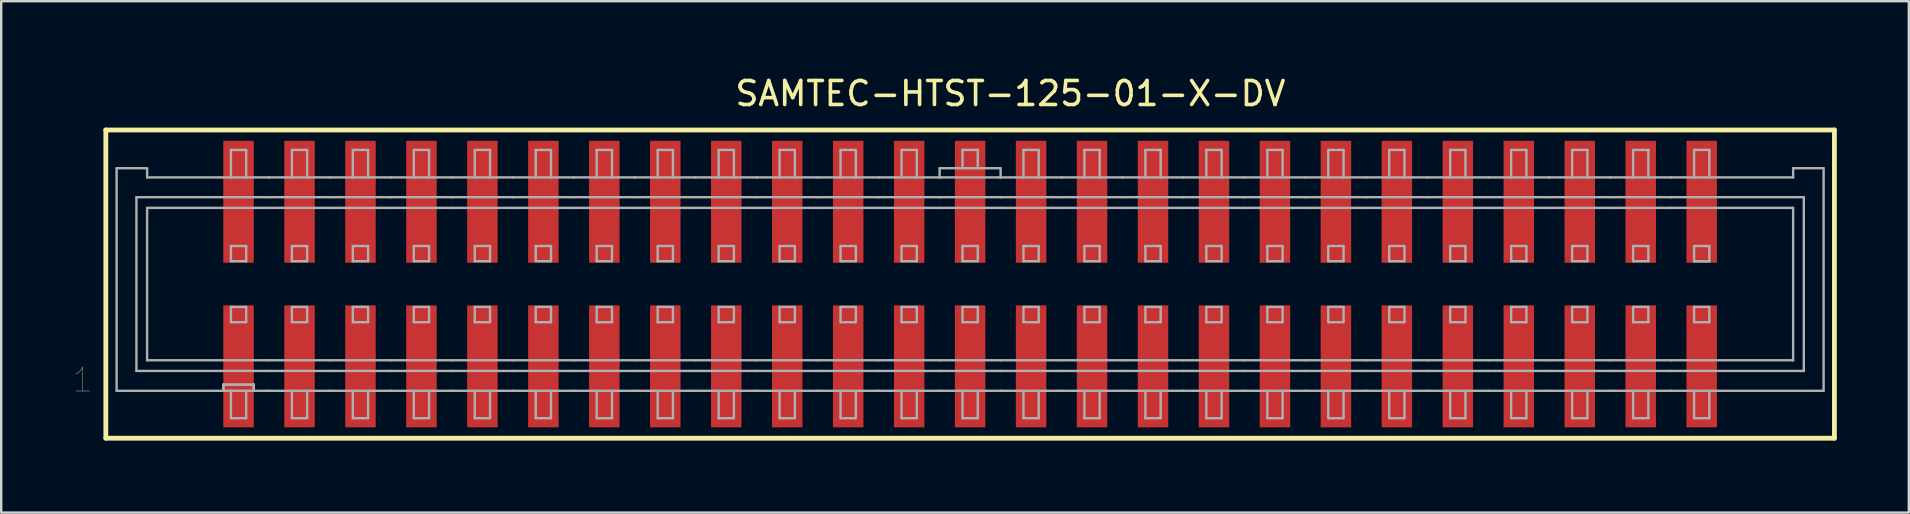
<source format=kicad_pcb>
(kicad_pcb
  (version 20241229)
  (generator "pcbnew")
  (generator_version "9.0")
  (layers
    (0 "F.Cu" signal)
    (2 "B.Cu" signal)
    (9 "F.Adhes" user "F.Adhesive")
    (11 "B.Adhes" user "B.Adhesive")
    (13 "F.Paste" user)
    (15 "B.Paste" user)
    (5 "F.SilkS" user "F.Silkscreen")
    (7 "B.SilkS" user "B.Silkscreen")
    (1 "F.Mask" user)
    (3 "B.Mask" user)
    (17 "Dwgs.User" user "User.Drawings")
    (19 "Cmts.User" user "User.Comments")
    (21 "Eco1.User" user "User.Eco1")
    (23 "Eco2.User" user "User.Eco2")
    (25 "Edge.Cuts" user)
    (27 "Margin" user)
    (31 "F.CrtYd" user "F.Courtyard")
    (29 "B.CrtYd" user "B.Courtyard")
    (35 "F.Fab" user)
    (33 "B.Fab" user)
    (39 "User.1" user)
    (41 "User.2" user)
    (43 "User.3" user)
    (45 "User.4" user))
  (footprint "SAMTEC-HTST-125-01-X-DV"
    (layer "F.Cu")
    (at 37.369 8.595)
    (property "Reference" "SAMTEC-HTST-125-01-X-DV" (at 1.68 -7.747 0) (layer "F.SilkS") (effects (font (size 1 1) (thickness 0.15))))
    (attr through_hole)
    (fp_poly (pts (xy -31.166 -5.829) (xy -29.794 -5.829) (xy -29.794 -0.647) (xy -31.166 -0.647)) (stroke (width 0.01) (type solid)) (fill yes) (layer "F.Mask"))
    (fp_poly (pts (xy -31.166 1.029) (xy -29.794 1.029) (xy -29.794 6.211) (xy -31.166 6.211)) (stroke (width 0.01) (type solid)) (fill yes) (layer "F.Mask"))
    (fp_poly (pts (xy -28.626 -5.829) (xy -27.254 -5.829) (xy -27.254 -0.647) (xy -28.626 -0.647)) (stroke (width 0.01) (type solid)) (fill yes) (layer "F.Mask"))
    (fp_poly (pts (xy -28.626 1.029) (xy -27.254 1.029) (xy -27.254 6.211) (xy -28.626 6.211)) (stroke (width 0.01) (type solid)) (fill yes) (layer "F.Mask"))
    (fp_poly (pts (xy -26.086 -5.829) (xy -24.714 -5.829) (xy -24.714 -0.647) (xy -26.086 -0.647)) (stroke (width 0.01) (type solid)) (fill yes) (layer "F.Mask"))
    (fp_poly (pts (xy -26.086 1.029) (xy -24.714 1.029) (xy -24.714 6.211) (xy -26.086 6.211)) (stroke (width 0.01) (type solid)) (fill yes) (layer "F.Mask"))
    (fp_poly (pts (xy -23.546 -5.829) (xy -22.174 -5.829) (xy -22.174 -0.647) (xy -23.546 -0.647)) (stroke (width 0.01) (type solid)) (fill yes) (layer "F.Mask"))
    (fp_poly (pts (xy -23.546 1.029) (xy -22.174 1.029) (xy -22.174 6.211) (xy -23.546 6.211)) (stroke (width 0.01) (type solid)) (fill yes) (layer "F.Mask"))
    (fp_poly (pts (xy -21.006 -5.829) (xy -19.634 -5.829) (xy -19.634 -0.647) (xy -21.006 -0.647)) (stroke (width 0.01) (type solid)) (fill yes) (layer "F.Mask"))
    (fp_poly (pts (xy -21.006 1.029) (xy -19.634 1.029) (xy -19.634 6.211) (xy -21.006 6.211)) (stroke (width 0.01) (type solid)) (fill yes) (layer "F.Mask"))
    (fp_poly (pts (xy -18.466 -5.829) (xy -17.094 -5.829) (xy -17.094 -0.647) (xy -18.466 -0.647)) (stroke (width 0.01) (type solid)) (fill yes) (layer "F.Mask"))
    (fp_poly (pts (xy -18.466 1.029) (xy -17.094 1.029) (xy -17.094 6.211) (xy -18.466 6.211)) (stroke (width 0.01) (type solid)) (fill yes) (layer "F.Mask"))
    (fp_poly (pts (xy -15.926 -5.829) (xy -14.554 -5.829) (xy -14.554 -0.647) (xy -15.926 -0.647)) (stroke (width 0.01) (type solid)) (fill yes) (layer "F.Mask"))
    (fp_poly (pts (xy -15.926 1.029) (xy -14.554 1.029) (xy -14.554 6.211) (xy -15.926 6.211)) (stroke (width 0.01) (type solid)) (fill yes) (layer "F.Mask"))
    (fp_poly (pts (xy -13.386 -5.829) (xy -12.014 -5.829) (xy -12.014 -0.647) (xy -13.386 -0.647)) (stroke (width 0.01) (type solid)) (fill yes) (layer "F.Mask"))
    (fp_poly (pts (xy -13.386 1.029) (xy -12.014 1.029) (xy -12.014 6.211) (xy -13.386 6.211)) (stroke (width 0.01) (type solid)) (fill yes) (layer "F.Mask"))
    (fp_poly (pts (xy -10.846 -5.829) (xy -9.474 -5.829) (xy -9.474 -0.647) (xy -10.846 -0.647)) (stroke (width 0.01) (type solid)) (fill yes) (layer "F.Mask"))
    (fp_poly (pts (xy -10.846 1.029) (xy -9.474 1.029) (xy -9.474 6.211) (xy -10.846 6.211)) (stroke (width 0.01) (type solid)) (fill yes) (layer "F.Mask"))
    (fp_poly (pts (xy -8.306 -5.829) (xy -6.934 -5.829) (xy -6.934 -0.647) (xy -8.306 -0.647)) (stroke (width 0.01) (type solid)) (fill yes) (layer "F.Mask"))
    (fp_poly (pts (xy -8.306 1.029) (xy -6.934 1.029) (xy -6.934 6.211) (xy -8.306 6.211)) (stroke (width 0.01) (type solid)) (fill yes) (layer "F.Mask"))
    (fp_poly (pts (xy -5.766 -5.829) (xy -4.394 -5.829) (xy -4.394 -0.647) (xy -5.766 -0.647)) (stroke (width 0.01) (type solid)) (fill yes) (layer "F.Mask"))
    (fp_poly (pts (xy -5.766 1.029) (xy -4.394 1.029) (xy -4.394 6.211) (xy -5.766 6.211)) (stroke (width 0.01) (type solid)) (fill yes) (layer "F.Mask"))
    (fp_poly (pts (xy -3.226 -5.829) (xy -1.854 -5.829) (xy -1.854 -0.647) (xy -3.226 -0.647)) (stroke (width 0.01) (type solid)) (fill yes) (layer "F.Mask"))
    (fp_poly (pts (xy -3.226 1.029) (xy -1.854 1.029) (xy -1.854 6.211) (xy -3.226 6.211)) (stroke (width 0.01) (type solid)) (fill yes) (layer "F.Mask"))
    (fp_poly (pts (xy -0.686 -5.829) (xy 0.686 -5.829) (xy 0.686 -0.647) (xy -0.686 -0.647)) (stroke (width 0.01) (type solid)) (fill yes) (layer "F.Mask"))
    (fp_poly (pts (xy -0.686 1.029) (xy 0.686 1.029) (xy 0.686 6.211) (xy -0.686 6.211)) (stroke (width 0.01) (type solid)) (fill yes) (layer "F.Mask"))
    (fp_poly (pts (xy 1.854 -5.829) (xy 3.226 -5.829) (xy 3.226 -0.647) (xy 1.854 -0.647)) (stroke (width 0.01) (type solid)) (fill yes) (layer "F.Mask"))
    (fp_poly (pts (xy 1.854 1.029) (xy 3.226 1.029) (xy 3.226 6.211) (xy 1.854 6.211)) (stroke (width 0.01) (type solid)) (fill yes) (layer "F.Mask"))
    (fp_poly (pts (xy 4.394 -5.829) (xy 5.766 -5.829) (xy 5.766 -0.647) (xy 4.394 -0.647)) (stroke (width 0.01) (type solid)) (fill yes) (layer "F.Mask"))
    (fp_poly (pts (xy 4.394 1.029) (xy 5.766 1.029) (xy 5.766 6.211) (xy 4.394 6.211)) (stroke (width 0.01) (type solid)) (fill yes) (layer "F.Mask"))
    (fp_poly (pts (xy 6.934 -5.829) (xy 8.306 -5.829) (xy 8.306 -0.647) (xy 6.934 -0.647)) (stroke (width 0.01) (type solid)) (fill yes) (layer "F.Mask"))
    (fp_poly (pts (xy 6.934 1.029) (xy 8.306 1.029) (xy 8.306 6.211) (xy 6.934 6.211)) (stroke (width 0.01) (type solid)) (fill yes) (layer "F.Mask"))
    (fp_poly (pts (xy 9.474 -5.829) (xy 10.846 -5.829) (xy 10.846 -0.647) (xy 9.474 -0.647)) (stroke (width 0.01) (type solid)) (fill yes) (layer "F.Mask"))
    (fp_poly (pts (xy 9.474 1.029) (xy 10.846 1.029) (xy 10.846 6.211) (xy 9.474 6.211)) (stroke (width 0.01) (type solid)) (fill yes) (layer "F.Mask"))
    (fp_poly (pts (xy 12.014 -5.829) (xy 13.386 -5.829) (xy 13.386 -0.647) (xy 12.014 -0.647)) (stroke (width 0.01) (type solid)) (fill yes) (layer "F.Mask"))
    (fp_poly (pts (xy 12.014 1.029) (xy 13.386 1.029) (xy 13.386 6.211) (xy 12.014 6.211)) (stroke (width 0.01) (type solid)) (fill yes) (layer "F.Mask"))
    (fp_poly (pts (xy 14.554 -5.829) (xy 15.926 -5.829) (xy 15.926 -0.647) (xy 14.554 -0.647)) (stroke (width 0.01) (type solid)) (fill yes) (layer "F.Mask"))
    (fp_poly (pts (xy 14.554 1.029) (xy 15.926 1.029) (xy 15.926 6.211) (xy 14.554 6.211)) (stroke (width 0.01) (type solid)) (fill yes) (layer "F.Mask"))
    (fp_poly (pts (xy 17.094 -5.829) (xy 18.466 -5.829) (xy 18.466 -0.647) (xy 17.094 -0.647)) (stroke (width 0.01) (type solid)) (fill yes) (layer "F.Mask"))
    (fp_poly (pts (xy 17.094 1.029) (xy 18.466 1.029) (xy 18.466 6.211) (xy 17.094 6.211)) (stroke (width 0.01) (type solid)) (fill yes) (layer "F.Mask"))
    (fp_poly (pts (xy 19.634 -5.829) (xy 21.006 -5.829) (xy 21.006 -0.647) (xy 19.634 -0.647)) (stroke (width 0.01) (type solid)) (fill yes) (layer "F.Mask"))
    (fp_poly (pts (xy 19.634 1.029) (xy 21.006 1.029) (xy 21.006 6.211) (xy 19.634 6.211)) (stroke (width 0.01) (type solid)) (fill yes) (layer "F.Mask"))
    (fp_poly (pts (xy 22.174 -5.829) (xy 23.546 -5.829) (xy 23.546 -0.647) (xy 22.174 -0.647)) (stroke (width 0.01) (type solid)) (fill yes) (layer "F.Mask"))
    (fp_poly (pts (xy 22.174 1.029) (xy 23.546 1.029) (xy 23.546 6.211) (xy 22.174 6.211)) (stroke (width 0.01) (type solid)) (fill yes) (layer "F.Mask"))
    (fp_poly (pts (xy 24.714 -5.829) (xy 26.086 -5.829) (xy 26.086 -0.647) (xy 24.714 -0.647)) (stroke (width 0.01) (type solid)) (fill yes) (layer "F.Mask"))
    (fp_poly (pts (xy 24.714 1.029) (xy 26.086 1.029) (xy 26.086 6.211) (xy 24.714 6.211)) (stroke (width 0.01) (type solid)) (fill yes) (layer "F.Mask"))
    (fp_poly (pts (xy 27.254 -5.829) (xy 28.626 -5.829) (xy 28.626 -0.647) (xy 27.254 -0.647)) (stroke (width 0.01) (type solid)) (fill yes) (layer "F.Mask"))
    (fp_poly (pts (xy 27.254 1.029) (xy 28.626 1.029) (xy 28.626 6.211) (xy 27.254 6.211)) (stroke (width 0.01) (type solid)) (fill yes) (layer "F.Mask"))
    (fp_poly (pts (xy 29.794 -5.829) (xy 31.166 -5.829) (xy 31.166 -0.647) (xy 29.794 -0.647)) (stroke (width 0.01) (type solid)) (fill yes) (layer "F.Mask"))
    (fp_poly (pts (xy 29.794 1.029) (xy 31.166 1.029) (xy 31.166 6.211) (xy 29.794 6.211)) (stroke (width 0.01) (type solid)) (fill yes) (layer "F.Mask"))
    (fp_line (start -36.01 -6.23) (end -36.01 6.611) (stroke (width 0.2) (type solid)) (layer "F.SilkS"))
    (fp_line (start -36.01 6.611) (end 36.01 6.611) (stroke (width 0.2) (type solid)) (layer "F.SilkS"))
    (fp_line (start 36.01 -6.23) (end -36.01 -6.23) (stroke (width 0.2) (type solid)) (layer "F.SilkS"))
    (fp_line (start 36.01 6.611) (end 36.01 -6.23) (stroke (width 0.2) (type solid)) (layer "F.SilkS"))
    (fp_poly (pts (xy -31.115 -5.778) (xy -29.845 -5.778) (xy -29.845 -0.698) (xy -31.115 -0.698)) (stroke (width 0.01) (type solid)) (fill yes) (layer "F.Paste"))
    (fp_poly (pts (xy -31.115 1.08) (xy -29.845 1.08) (xy -29.845 6.16) (xy -31.115 6.16)) (stroke (width 0.01) (type solid)) (fill yes) (layer "F.Paste"))
    (fp_poly (pts (xy -28.575 -5.778) (xy -27.305 -5.778) (xy -27.305 -0.698) (xy -28.575 -0.698)) (stroke (width 0.01) (type solid)) (fill yes) (layer "F.Paste"))
    (fp_poly (pts (xy -28.575 1.08) (xy -27.305 1.08) (xy -27.305 6.16) (xy -28.575 6.16)) (stroke (width 0.01) (type solid)) (fill yes) (layer "F.Paste"))
    (fp_poly (pts (xy -26.035 -5.778) (xy -24.765 -5.778) (xy -24.765 -0.698) (xy -26.035 -0.698)) (stroke (width 0.01) (type solid)) (fill yes) (layer "F.Paste"))
    (fp_poly (pts (xy -26.035 1.08) (xy -24.765 1.08) (xy -24.765 6.16) (xy -26.035 6.16)) (stroke (width 0.01) (type solid)) (fill yes) (layer "F.Paste"))
    (fp_poly (pts (xy -23.495 -5.778) (xy -22.225 -5.778) (xy -22.225 -0.698) (xy -23.495 -0.698)) (stroke (width 0.01) (type solid)) (fill yes) (layer "F.Paste"))
    (fp_poly (pts (xy -23.495 1.08) (xy -22.225 1.08) (xy -22.225 6.16) (xy -23.495 6.16)) (stroke (width 0.01) (type solid)) (fill yes) (layer "F.Paste"))
    (fp_poly (pts (xy -20.955 -5.778) (xy -19.685 -5.778) (xy -19.685 -0.698) (xy -20.955 -0.698)) (stroke (width 0.01) (type solid)) (fill yes) (layer "F.Paste"))
    (fp_poly (pts (xy -20.955 1.08) (xy -19.685 1.08) (xy -19.685 6.16) (xy -20.955 6.16)) (stroke (width 0.01) (type solid)) (fill yes) (layer "F.Paste"))
    (fp_poly (pts (xy -18.415 -5.778) (xy -17.145 -5.778) (xy -17.145 -0.698) (xy -18.415 -0.698)) (stroke (width 0.01) (type solid)) (fill yes) (layer "F.Paste"))
    (fp_poly (pts (xy -18.415 1.08) (xy -17.145 1.08) (xy -17.145 6.16) (xy -18.415 6.16)) (stroke (width 0.01) (type solid)) (fill yes) (layer "F.Paste"))
    (fp_poly (pts (xy -15.875 -5.778) (xy -14.605 -5.778) (xy -14.605 -0.698) (xy -15.875 -0.698)) (stroke (width 0.01) (type solid)) (fill yes) (layer "F.Paste"))
    (fp_poly (pts (xy -15.875 1.08) (xy -14.605 1.08) (xy -14.605 6.16) (xy -15.875 6.16)) (stroke (width 0.01) (type solid)) (fill yes) (layer "F.Paste"))
    (fp_poly (pts (xy -13.335 -5.778) (xy -12.065 -5.778) (xy -12.065 -0.698) (xy -13.335 -0.698)) (stroke (width 0.01) (type solid)) (fill yes) (layer "F.Paste"))
    (fp_poly (pts (xy -13.335 1.08) (xy -12.065 1.08) (xy -12.065 6.16) (xy -13.335 6.16)) (stroke (width 0.01) (type solid)) (fill yes) (layer "F.Paste"))
    (fp_poly (pts (xy -10.795 -5.778) (xy -9.525 -5.778) (xy -9.525 -0.698) (xy -10.795 -0.698)) (stroke (width 0.01) (type solid)) (fill yes) (layer "F.Paste"))
    (fp_poly (pts (xy -10.795 1.08) (xy -9.525 1.08) (xy -9.525 6.16) (xy -10.795 6.16)) (stroke (width 0.01) (type solid)) (fill yes) (layer "F.Paste"))
    (fp_poly (pts (xy -8.255 -5.778) (xy -6.985 -5.778) (xy -6.985 -0.698) (xy -8.255 -0.698)) (stroke (width 0.01) (type solid)) (fill yes) (layer "F.Paste"))
    (fp_poly (pts (xy -8.255 1.08) (xy -6.985 1.08) (xy -6.985 6.16) (xy -8.255 6.16)) (stroke (width 0.01) (type solid)) (fill yes) (layer "F.Paste"))
    (fp_poly (pts (xy -5.715 -5.778) (xy -4.445 -5.778) (xy -4.445 -0.698) (xy -5.715 -0.698)) (stroke (width 0.01) (type solid)) (fill yes) (layer "F.Paste"))
    (fp_poly (pts (xy -5.715 1.08) (xy -4.445 1.08) (xy -4.445 6.16) (xy -5.715 6.16)) (stroke (width 0.01) (type solid)) (fill yes) (layer "F.Paste"))
    (fp_poly (pts (xy -3.175 -5.778) (xy -1.905 -5.778) (xy -1.905 -0.698) (xy -3.175 -0.698)) (stroke (width 0.01) (type solid)) (fill yes) (layer "F.Paste"))
    (fp_poly (pts (xy -3.175 1.08) (xy -1.905 1.08) (xy -1.905 6.16) (xy -3.175 6.16)) (stroke (width 0.01) (type solid)) (fill yes) (layer "F.Paste"))
    (fp_poly (pts (xy -0.635 -5.778) (xy 0.635 -5.778) (xy 0.635 -0.698) (xy -0.635 -0.698)) (stroke (width 0.01) (type solid)) (fill yes) (layer "F.Paste"))
    (fp_poly (pts (xy -0.635 1.08) (xy 0.635 1.08) (xy 0.635 6.16) (xy -0.635 6.16)) (stroke (width 0.01) (type solid)) (fill yes) (layer "F.Paste"))
    (fp_poly (pts (xy 1.905 -5.778) (xy 3.175 -5.778) (xy 3.175 -0.698) (xy 1.905 -0.698)) (stroke (width 0.01) (type solid)) (fill yes) (layer "F.Paste"))
    (fp_poly (pts (xy 1.905 1.08) (xy 3.175 1.08) (xy 3.175 6.16) (xy 1.905 6.16)) (stroke (width 0.01) (type solid)) (fill yes) (layer "F.Paste"))
    (fp_poly (pts (xy 4.445 -5.778) (xy 5.715 -5.778) (xy 5.715 -0.698) (xy 4.445 -0.698)) (stroke (width 0.01) (type solid)) (fill yes) (layer "F.Paste"))
    (fp_poly (pts (xy 4.445 1.08) (xy 5.715 1.08) (xy 5.715 6.16) (xy 4.445 6.16)) (stroke (width 0.01) (type solid)) (fill yes) (layer "F.Paste"))
    (fp_poly (pts (xy 6.985 -5.778) (xy 8.255 -5.778) (xy 8.255 -0.698) (xy 6.985 -0.698)) (stroke (width 0.01) (type solid)) (fill yes) (layer "F.Paste"))
    (fp_poly (pts (xy 6.985 1.08) (xy 8.255 1.08) (xy 8.255 6.16) (xy 6.985 6.16)) (stroke (width 0.01) (type solid)) (fill yes) (layer "F.Paste"))
    (fp_poly (pts (xy 9.525 -5.778) (xy 10.795 -5.778) (xy 10.795 -0.698) (xy 9.525 -0.698)) (stroke (width 0.01) (type solid)) (fill yes) (layer "F.Paste"))
    (fp_poly (pts (xy 9.525 1.08) (xy 10.795 1.08) (xy 10.795 6.16) (xy 9.525 6.16)) (stroke (width 0.01) (type solid)) (fill yes) (layer "F.Paste"))
    (fp_poly (pts (xy 12.065 -5.778) (xy 13.335 -5.778) (xy 13.335 -0.698) (xy 12.065 -0.698)) (stroke (width 0.01) (type solid)) (fill yes) (layer "F.Paste"))
    (fp_poly (pts (xy 12.065 1.08) (xy 13.335 1.08) (xy 13.335 6.16) (xy 12.065 6.16)) (stroke (width 0.01) (type solid)) (fill yes) (layer "F.Paste"))
    (fp_poly (pts (xy 14.605 -5.778) (xy 15.875 -5.778) (xy 15.875 -0.698) (xy 14.605 -0.698)) (stroke (width 0.01) (type solid)) (fill yes) (layer "F.Paste"))
    (fp_poly (pts (xy 14.605 1.08) (xy 15.875 1.08) (xy 15.875 6.16) (xy 14.605 6.16)) (stroke (width 0.01) (type solid)) (fill yes) (layer "F.Paste"))
    (fp_poly (pts (xy 17.145 -5.778) (xy 18.415 -5.778) (xy 18.415 -0.698) (xy 17.145 -0.698)) (stroke (width 0.01) (type solid)) (fill yes) (layer "F.Paste"))
    (fp_poly (pts (xy 17.145 1.08) (xy 18.415 1.08) (xy 18.415 6.16) (xy 17.145 6.16)) (stroke (width 0.01) (type solid)) (fill yes) (layer "F.Paste"))
    (fp_poly (pts (xy 19.685 -5.778) (xy 20.955 -5.778) (xy 20.955 -0.698) (xy 19.685 -0.698)) (stroke (width 0.01) (type solid)) (fill yes) (layer "F.Paste"))
    (fp_poly (pts (xy 19.685 1.08) (xy 20.955 1.08) (xy 20.955 6.16) (xy 19.685 6.16)) (stroke (width 0.01) (type solid)) (fill yes) (layer "F.Paste"))
    (fp_poly (pts (xy 22.225 -5.778) (xy 23.495 -5.778) (xy 23.495 -0.698) (xy 22.225 -0.698)) (stroke (width 0.01) (type solid)) (fill yes) (layer "F.Paste"))
    (fp_poly (pts (xy 22.225 1.08) (xy 23.495 1.08) (xy 23.495 6.16) (xy 22.225 6.16)) (stroke (width 0.01) (type solid)) (fill yes) (layer "F.Paste"))
    (fp_poly (pts (xy 24.765 -5.778) (xy 26.035 -5.778) (xy 26.035 -0.698) (xy 24.765 -0.698)) (stroke (width 0.01) (type solid)) (fill yes) (layer "F.Paste"))
    (fp_poly (pts (xy 24.765 1.08) (xy 26.035 1.08) (xy 26.035 6.16) (xy 24.765 6.16)) (stroke (width 0.01) (type solid)) (fill yes) (layer "F.Paste"))
    (fp_poly (pts (xy 27.305 -5.778) (xy 28.575 -5.778) (xy 28.575 -0.698) (xy 27.305 -0.698)) (stroke (width 0.01) (type solid)) (fill yes) (layer "F.Paste"))
    (fp_poly (pts (xy 27.305 1.08) (xy 28.575 1.08) (xy 28.575 6.16) (xy 27.305 6.16)) (stroke (width 0.01) (type solid)) (fill yes) (layer "F.Paste"))
    (fp_poly (pts (xy 29.845 -5.778) (xy 31.115 -5.778) (xy 31.115 -0.698) (xy 29.845 -0.698)) (stroke (width 0.01) (type solid)) (fill yes) (layer "F.Paste"))
    (fp_poly (pts (xy 29.845 1.08) (xy 31.115 1.08) (xy 31.115 6.16) (xy 29.845 6.16)) (stroke (width 0.01) (type solid)) (fill yes) (layer "F.Paste"))
    (fp_line (start -35.56 -4.636) (end -35.56 4.636) (stroke (width 0.1) (type solid)) (layer "F.Fab"))
    (fp_line (start -34.735 -3.429) (end -34.735 3.81) (stroke (width 0.1) (type solid)) (layer "F.Fab"))
    (fp_line (start -34.735 3.81) (end -29.21 3.81) (stroke (width 0.1) (type solid)) (layer "F.Fab"))
    (fp_line (start -34.29 -4.636) (end -35.56 -4.636) (stroke (width 0.1) (type solid)) (layer "F.Fab"))
    (fp_line (start -34.29 -4.254) (end -34.29 -4.636) (stroke (width 0.1) (type solid)) (layer "F.Fab"))
    (fp_line (start -34.29 -2.984) (end -34.29 3.366) (stroke (width 0.1) (type solid)) (layer "F.Fab"))
    (fp_line (start -34.29 3.366) (end -29.21 3.366) (stroke (width 0.1) (type solid)) (layer "F.Fab"))
    (fp_line (start -31.115 4.382) (end -31.115 4.636) (stroke (width 0.1) (type solid)) (layer "F.Fab"))
    (fp_line (start -31.115 4.382) (end -31.115 4.636) (stroke (width 0.1) (type solid)) (layer "F.Fab"))
    (fp_line (start -31.115 4.636) (end -35.56 4.636) (stroke (width 0.1) (type solid)) (layer "F.Fab"))
    (fp_line (start -30.798 -5.398) (end -30.162 -5.398) (stroke (width 0.1) (type solid)) (layer "F.Fab"))
    (fp_line (start -30.798 -4.254) (end -30.798 -5.398) (stroke (width 0.1) (type solid)) (layer "F.Fab"))
    (fp_line (start -30.798 -1.397) (end -30.798 -0.762) (stroke (width 0.1) (type solid)) (layer "F.Fab"))
    (fp_line (start -30.798 1.143) (end -30.798 1.778) (stroke (width 0.1) (type solid)) (layer "F.Fab"))
    (fp_line (start -30.798 4.636) (end -30.798 5.778) (stroke (width 0.1) (type solid)) (layer "F.Fab"))
    (fp_line (start -30.798 5.778) (end -30.162 5.778) (stroke (width 0.1) (type solid)) (layer "F.Fab"))
    (fp_line (start -30.162 -5.398) (end -30.162 -4.254) (stroke (width 0.1) (type solid)) (layer "F.Fab"))
    (fp_line (start -30.162 -1.397) (end -30.798 -1.397) (stroke (width 0.1) (type solid)) (layer "F.Fab"))
    (fp_line (start -30.162 -1.397) (end -30.162 -0.762) (stroke (width 0.1) (type solid)) (layer "F.Fab"))
    (fp_line (start -30.162 -0.762) (end -30.798 -0.762) (stroke (width 0.1) (type solid)) (layer "F.Fab"))
    (fp_line (start -30.162 1.143) (end -30.798 1.143) (stroke (width 0.1) (type solid)) (layer "F.Fab"))
    (fp_line (start -30.162 1.143) (end -30.162 1.778) (stroke (width 0.1) (type solid)) (layer "F.Fab"))
    (fp_line (start -30.162 1.778) (end -30.798 1.778) (stroke (width 0.1) (type solid)) (layer "F.Fab"))
    (fp_line (start -30.162 5.778) (end -30.162 4.636) (stroke (width 0.1) (type solid)) (layer "F.Fab"))
    (fp_line (start -29.845 4.382) (end -31.115 4.382) (stroke (width 0.1) (type solid)) (layer "F.Fab"))
    (fp_line (start -29.845 4.382) (end -31.115 4.382) (stroke (width 0.1) (type solid)) (layer "F.Fab"))
    (fp_line (start -29.845 4.382) (end -29.845 4.636) (stroke (width 0.1) (type solid)) (layer "F.Fab"))
    (fp_line (start -29.845 4.382) (end -29.845 4.636) (stroke (width 0.1) (type solid)) (layer "F.Fab"))
    (fp_line (start -29.845 4.636) (end -31.115 4.636) (stroke (width 0.1) (type solid)) (layer "F.Fab"))
    (fp_line (start -29.21 -4.254) (end -34.29 -4.254) (stroke (width 0.1) (type solid)) (layer "F.Fab"))
    (fp_line (start -29.21 -3.429) (end -34.735 -3.429) (stroke (width 0.1) (type solid)) (layer "F.Fab"))
    (fp_line (start -29.21 -2.984) (end -34.29 -2.984) (stroke (width 0.1) (type solid)) (layer "F.Fab"))
    (fp_line (start -29.21 3.366) (end -26.67 3.366) (stroke (width 0.1) (type solid)) (layer "F.Fab"))
    (fp_line (start -29.21 3.81) (end -26.67 3.81) (stroke (width 0.1) (type solid)) (layer "F.Fab"))
    (fp_line (start -29.21 4.636) (end -29.845 4.636) (stroke (width 0.1) (type solid)) (layer "F.Fab"))
    (fp_line (start -28.258 -5.398) (end -27.622 -5.398) (stroke (width 0.1) (type solid)) (layer "F.Fab"))
    (fp_line (start -28.258 -4.254) (end -28.258 -5.398) (stroke (width 0.1) (type solid)) (layer "F.Fab"))
    (fp_line (start -28.258 -0.762) (end -28.258 -1.397) (stroke (width 0.1) (type solid)) (layer "F.Fab"))
    (fp_line (start -28.258 1.778) (end -28.258 1.143) (stroke (width 0.1) (type solid)) (layer "F.Fab"))
    (fp_line (start -28.258 4.636) (end -28.258 5.778) (stroke (width 0.1) (type solid)) (layer "F.Fab"))
    (fp_line (start -28.258 5.778) (end -27.622 5.778) (stroke (width 0.1) (type solid)) (layer "F.Fab"))
    (fp_line (start -27.622 -5.398) (end -27.622 -4.254) (stroke (width 0.1) (type solid)) (layer "F.Fab"))
    (fp_line (start -27.622 -1.397) (end -28.258 -1.397) (stroke (width 0.1) (type solid)) (layer "F.Fab"))
    (fp_line (start -27.622 -1.397) (end -27.622 -0.762) (stroke (width 0.1) (type solid)) (layer "F.Fab"))
    (fp_line (start -27.622 -0.762) (end -28.258 -0.762) (stroke (width 0.1) (type solid)) (layer "F.Fab"))
    (fp_line (start -27.622 1.143) (end -28.258 1.143) (stroke (width 0.1) (type solid)) (layer "F.Fab"))
    (fp_line (start -27.622 1.143) (end -27.622 1.778) (stroke (width 0.1) (type solid)) (layer "F.Fab"))
    (fp_line (start -27.622 1.778) (end -28.258 1.778) (stroke (width 0.1) (type solid)) (layer "F.Fab"))
    (fp_line (start -27.622 5.778) (end -27.622 4.636) (stroke (width 0.1) (type solid)) (layer "F.Fab"))
    (fp_line (start -26.67 -4.254) (end -29.21 -4.254) (stroke (width 0.1) (type solid)) (layer "F.Fab"))
    (fp_line (start -26.67 -3.429) (end -29.21 -3.429) (stroke (width 0.1) (type solid)) (layer "F.Fab"))
    (fp_line (start -26.67 -2.984) (end -29.21 -2.984) (stroke (width 0.1) (type solid)) (layer "F.Fab"))
    (fp_line (start -26.67 3.366) (end -24.13 3.366) (stroke (width 0.1) (type solid)) (layer "F.Fab"))
    (fp_line (start -26.67 3.81) (end -24.13 3.81) (stroke (width 0.1) (type solid)) (layer "F.Fab"))
    (fp_line (start -26.67 4.636) (end -29.21 4.636) (stroke (width 0.1) (type solid)) (layer "F.Fab"))
    (fp_line (start -25.718 -5.398) (end -25.082 -5.398) (stroke (width 0.1) (type solid)) (layer "F.Fab"))
    (fp_line (start -25.718 -4.254) (end -25.718 -5.398) (stroke (width 0.1) (type solid)) (layer "F.Fab"))
    (fp_line (start -25.718 -0.762) (end -25.718 -1.397) (stroke (width 0.1) (type solid)) (layer "F.Fab"))
    (fp_line (start -25.718 1.778) (end -25.718 1.143) (stroke (width 0.1) (type solid)) (layer "F.Fab"))
    (fp_line (start -25.718 4.636) (end -25.718 5.778) (stroke (width 0.1) (type solid)) (layer "F.Fab"))
    (fp_line (start -25.718 5.778) (end -25.082 5.778) (stroke (width 0.1) (type solid)) (layer "F.Fab"))
    (fp_line (start -25.082 -5.398) (end -25.082 -4.254) (stroke (width 0.1) (type solid)) (layer "F.Fab"))
    (fp_line (start -25.082 -1.397) (end -25.718 -1.397) (stroke (width 0.1) (type solid)) (layer "F.Fab"))
    (fp_line (start -25.082 -1.397) (end -25.082 -0.762) (stroke (width 0.1) (type solid)) (layer "F.Fab"))
    (fp_line (start -25.082 -0.762) (end -25.718 -0.762) (stroke (width 0.1) (type solid)) (layer "F.Fab"))
    (fp_line (start -25.082 1.143) (end -25.718 1.143) (stroke (width 0.1) (type solid)) (layer "F.Fab"))
    (fp_line (start -25.082 1.143) (end -25.082 1.778) (stroke (width 0.1) (type solid)) (layer "F.Fab"))
    (fp_line (start -25.082 1.778) (end -25.718 1.778) (stroke (width 0.1) (type solid)) (layer "F.Fab"))
    (fp_line (start -25.082 5.778) (end -25.082 4.636) (stroke (width 0.1) (type solid)) (layer "F.Fab"))
    (fp_line (start -24.13 -4.254) (end -26.67 -4.254) (stroke (width 0.1) (type solid)) (layer "F.Fab"))
    (fp_line (start -24.13 -3.429) (end -26.67 -3.429) (stroke (width 0.1) (type solid)) (layer "F.Fab"))
    (fp_line (start -24.13 -2.984) (end -26.67 -2.984) (stroke (width 0.1) (type solid)) (layer "F.Fab"))
    (fp_line (start -24.13 3.366) (end -21.59 3.366) (stroke (width 0.1) (type solid)) (layer "F.Fab"))
    (fp_line (start -24.13 3.81) (end -21.59 3.81) (stroke (width 0.1) (type solid)) (layer "F.Fab"))
    (fp_line (start -24.13 4.636) (end -26.67 4.636) (stroke (width 0.1) (type solid)) (layer "F.Fab"))
    (fp_line (start -23.178 -5.398) (end -22.542 -5.398) (stroke (width 0.1) (type solid)) (layer "F.Fab"))
    (fp_line (start -23.178 -4.254) (end -23.178 -5.398) (stroke (width 0.1) (type solid)) (layer "F.Fab"))
    (fp_line (start -23.178 -0.762) (end -23.178 -1.397) (stroke (width 0.1) (type solid)) (layer "F.Fab"))
    (fp_line (start -23.178 1.778) (end -23.178 1.143) (stroke (width 0.1) (type solid)) (layer "F.Fab"))
    (fp_line (start -23.178 4.636) (end -23.178 5.778) (stroke (width 0.1) (type solid)) (layer "F.Fab"))
    (fp_line (start -23.178 5.778) (end -22.542 5.778) (stroke (width 0.1) (type solid)) (layer "F.Fab"))
    (fp_line (start -22.542 -5.398) (end -22.542 -4.254) (stroke (width 0.1) (type solid)) (layer "F.Fab"))
    (fp_line (start -22.542 -1.397) (end -23.178 -1.397) (stroke (width 0.1) (type solid)) (layer "F.Fab"))
    (fp_line (start -22.542 -1.397) (end -22.542 -0.762) (stroke (width 0.1) (type solid)) (layer "F.Fab"))
    (fp_line (start -22.542 -0.762) (end -23.178 -0.762) (stroke (width 0.1) (type solid)) (layer "F.Fab"))
    (fp_line (start -22.542 1.143) (end -23.178 1.143) (stroke (width 0.1) (type solid)) (layer "F.Fab"))
    (fp_line (start -22.542 1.143) (end -22.542 1.778) (stroke (width 0.1) (type solid)) (layer "F.Fab"))
    (fp_line (start -22.542 1.778) (end -23.178 1.778) (stroke (width 0.1) (type solid)) (layer "F.Fab"))
    (fp_line (start -22.542 5.778) (end -22.542 4.636) (stroke (width 0.1) (type solid)) (layer "F.Fab"))
    (fp_line (start -21.59 -4.254) (end -24.13 -4.254) (stroke (width 0.1) (type solid)) (layer "F.Fab"))
    (fp_line (start -21.59 -3.429) (end -24.13 -3.429) (stroke (width 0.1) (type solid)) (layer "F.Fab"))
    (fp_line (start -21.59 -2.984) (end -24.13 -2.984) (stroke (width 0.1) (type solid)) (layer "F.Fab"))
    (fp_line (start -21.59 3.366) (end -19.05 3.366) (stroke (width 0.1) (type solid)) (layer "F.Fab"))
    (fp_line (start -21.59 3.81) (end -19.05 3.81) (stroke (width 0.1) (type solid)) (layer "F.Fab"))
    (fp_line (start -21.59 4.636) (end -24.13 4.636) (stroke (width 0.1) (type solid)) (layer "F.Fab"))
    (fp_line (start -20.638 -5.398) (end -20.002 -5.398) (stroke (width 0.1) (type solid)) (layer "F.Fab"))
    (fp_line (start -20.638 -4.254) (end -20.638 -5.398) (stroke (width 0.1) (type solid)) (layer "F.Fab"))
    (fp_line (start -20.638 -0.762) (end -20.638 -1.397) (stroke (width 0.1) (type solid)) (layer "F.Fab"))
    (fp_line (start -20.638 1.778) (end -20.638 1.143) (stroke (width 0.1) (type solid)) (layer "F.Fab"))
    (fp_line (start -20.638 4.636) (end -20.638 5.778) (stroke (width 0.1) (type solid)) (layer "F.Fab"))
    (fp_line (start -20.638 5.778) (end -20.002 5.778) (stroke (width 0.1) (type solid)) (layer "F.Fab"))
    (fp_line (start -20.002 -5.398) (end -20.002 -4.254) (stroke (width 0.1) (type solid)) (layer "F.Fab"))
    (fp_line (start -20.002 -1.397) (end -20.638 -1.397) (stroke (width 0.1) (type solid)) (layer "F.Fab"))
    (fp_line (start -20.002 -1.397) (end -20.002 -0.762) (stroke (width 0.1) (type solid)) (layer "F.Fab"))
    (fp_line (start -20.002 -0.762) (end -20.638 -0.762) (stroke (width 0.1) (type solid)) (layer "F.Fab"))
    (fp_line (start -20.002 1.143) (end -20.638 1.143) (stroke (width 0.1) (type solid)) (layer "F.Fab"))
    (fp_line (start -20.002 1.143) (end -20.002 1.778) (stroke (width 0.1) (type solid)) (layer "F.Fab"))
    (fp_line (start -20.002 1.778) (end -20.638 1.778) (stroke (width 0.1) (type solid)) (layer "F.Fab"))
    (fp_line (start -20.002 5.778) (end -20.002 4.636) (stroke (width 0.1) (type solid)) (layer "F.Fab"))
    (fp_line (start -19.05 -4.254) (end -21.59 -4.254) (stroke (width 0.1) (type solid)) (layer "F.Fab"))
    (fp_line (start -19.05 -3.429) (end -21.59 -3.429) (stroke (width 0.1) (type solid)) (layer "F.Fab"))
    (fp_line (start -19.05 -2.984) (end -21.59 -2.984) (stroke (width 0.1) (type solid)) (layer "F.Fab"))
    (fp_line (start -19.05 3.366) (end -16.51 3.366) (stroke (width 0.1) (type solid)) (layer "F.Fab"))
    (fp_line (start -19.05 3.81) (end -16.51 3.81) (stroke (width 0.1) (type solid)) (layer "F.Fab"))
    (fp_line (start -19.05 4.636) (end -21.59 4.636) (stroke (width 0.1) (type solid)) (layer "F.Fab"))
    (fp_line (start -18.098 -5.398) (end -17.462 -5.398) (stroke (width 0.1) (type solid)) (layer "F.Fab"))
    (fp_line (start -18.098 -4.254) (end -18.098 -5.398) (stroke (width 0.1) (type solid)) (layer "F.Fab"))
    (fp_line (start -18.098 -0.762) (end -18.098 -1.397) (stroke (width 0.1) (type solid)) (layer "F.Fab"))
    (fp_line (start -18.098 1.778) (end -18.098 1.143) (stroke (width 0.1) (type solid)) (layer "F.Fab"))
    (fp_line (start -18.098 4.636) (end -18.098 5.778) (stroke (width 0.1) (type solid)) (layer "F.Fab"))
    (fp_line (start -18.098 5.778) (end -17.462 5.778) (stroke (width 0.1) (type solid)) (layer "F.Fab"))
    (fp_line (start -17.462 -5.398) (end -17.462 -4.254) (stroke (width 0.1) (type solid)) (layer "F.Fab"))
    (fp_line (start -17.462 -1.397) (end -18.098 -1.397) (stroke (width 0.1) (type solid)) (layer "F.Fab"))
    (fp_line (start -17.462 -1.397) (end -17.462 -0.762) (stroke (width 0.1) (type solid)) (layer "F.Fab"))
    (fp_line (start -17.462 -0.762) (end -18.098 -0.762) (stroke (width 0.1) (type solid)) (layer "F.Fab"))
    (fp_line (start -17.462 1.143) (end -18.098 1.143) (stroke (width 0.1) (type solid)) (layer "F.Fab"))
    (fp_line (start -17.462 1.143) (end -17.462 1.778) (stroke (width 0.1) (type solid)) (layer "F.Fab"))
    (fp_line (start -17.462 1.778) (end -18.098 1.778) (stroke (width 0.1) (type solid)) (layer "F.Fab"))
    (fp_line (start -17.462 5.778) (end -17.462 4.636) (stroke (width 0.1) (type solid)) (layer "F.Fab"))
    (fp_line (start -16.51 -4.254) (end -19.05 -4.254) (stroke (width 0.1) (type solid)) (layer "F.Fab"))
    (fp_line (start -16.51 -3.429) (end -19.05 -3.429) (stroke (width 0.1) (type solid)) (layer "F.Fab"))
    (fp_line (start -16.51 -2.984) (end -19.05 -2.984) (stroke (width 0.1) (type solid)) (layer "F.Fab"))
    (fp_line (start -16.51 3.366) (end -13.97 3.366) (stroke (width 0.1) (type solid)) (layer "F.Fab"))
    (fp_line (start -16.51 3.81) (end -13.97 3.81) (stroke (width 0.1) (type solid)) (layer "F.Fab"))
    (fp_line (start -16.51 4.636) (end -19.05 4.636) (stroke (width 0.1) (type solid)) (layer "F.Fab"))
    (fp_line (start -15.558 -5.398) (end -14.922 -5.398) (stroke (width 0.1) (type solid)) (layer "F.Fab"))
    (fp_line (start -15.558 -4.254) (end -15.558 -5.398) (stroke (width 0.1) (type solid)) (layer "F.Fab"))
    (fp_line (start -15.558 -0.762) (end -15.558 -1.397) (stroke (width 0.1) (type solid)) (layer "F.Fab"))
    (fp_line (start -15.558 1.778) (end -15.558 1.143) (stroke (width 0.1) (type solid)) (layer "F.Fab"))
    (fp_line (start -15.558 4.636) (end -15.558 5.778) (stroke (width 0.1) (type solid)) (layer "F.Fab"))
    (fp_line (start -15.558 5.778) (end -14.922 5.778) (stroke (width 0.1) (type solid)) (layer "F.Fab"))
    (fp_line (start -14.922 -5.398) (end -14.922 -4.254) (stroke (width 0.1) (type solid)) (layer "F.Fab"))
    (fp_line (start -14.922 -1.397) (end -15.558 -1.397) (stroke (width 0.1) (type solid)) (layer "F.Fab"))
    (fp_line (start -14.922 -1.397) (end -14.922 -0.762) (stroke (width 0.1) (type solid)) (layer "F.Fab"))
    (fp_line (start -14.922 -0.762) (end -15.558 -0.762) (stroke (width 0.1) (type solid)) (layer "F.Fab"))
    (fp_line (start -14.922 1.143) (end -15.558 1.143) (stroke (width 0.1) (type solid)) (layer "F.Fab"))
    (fp_line (start -14.922 1.143) (end -14.922 1.778) (stroke (width 0.1) (type solid)) (layer "F.Fab"))
    (fp_line (start -14.922 1.778) (end -15.558 1.778) (stroke (width 0.1) (type solid)) (layer "F.Fab"))
    (fp_line (start -14.922 5.778) (end -14.922 4.636) (stroke (width 0.1) (type solid)) (layer "F.Fab"))
    (fp_line (start -13.97 -4.254) (end -16.51 -4.254) (stroke (width 0.1) (type solid)) (layer "F.Fab"))
    (fp_line (start -13.97 -3.429) (end -16.51 -3.429) (stroke (width 0.1) (type solid)) (layer "F.Fab"))
    (fp_line (start -13.97 -2.984) (end -16.51 -2.984) (stroke (width 0.1) (type solid)) (layer "F.Fab"))
    (fp_line (start -13.97 3.366) (end -11.43 3.366) (stroke (width 0.1) (type solid)) (layer "F.Fab"))
    (fp_line (start -13.97 3.81) (end -11.43 3.81) (stroke (width 0.1) (type solid)) (layer "F.Fab"))
    (fp_line (start -13.97 4.636) (end -16.51 4.636) (stroke (width 0.1) (type solid)) (layer "F.Fab"))
    (fp_line (start -13.018 -5.398) (end -12.382 -5.398) (stroke (width 0.1) (type solid)) (layer "F.Fab"))
    (fp_line (start -13.018 -4.254) (end -13.018 -5.398) (stroke (width 0.1) (type solid)) (layer "F.Fab"))
    (fp_line (start -13.018 -0.762) (end -13.018 -1.397) (stroke (width 0.1) (type solid)) (layer "F.Fab"))
    (fp_line (start -13.018 1.778) (end -13.018 1.143) (stroke (width 0.1) (type solid)) (layer "F.Fab"))
    (fp_line (start -13.018 4.636) (end -13.018 5.778) (stroke (width 0.1) (type solid)) (layer "F.Fab"))
    (fp_line (start -13.018 5.778) (end -12.382 5.778) (stroke (width 0.1) (type solid)) (layer "F.Fab"))
    (fp_line (start -12.382 -5.398) (end -12.382 -4.254) (stroke (width 0.1) (type solid)) (layer "F.Fab"))
    (fp_line (start -12.382 -1.397) (end -13.018 -1.397) (stroke (width 0.1) (type solid)) (layer "F.Fab"))
    (fp_line (start -12.382 -1.397) (end -12.382 -0.762) (stroke (width 0.1) (type solid)) (layer "F.Fab"))
    (fp_line (start -12.382 -0.762) (end -13.018 -0.762) (stroke (width 0.1) (type solid)) (layer "F.Fab"))
    (fp_line (start -12.382 1.143) (end -13.018 1.143) (stroke (width 0.1) (type solid)) (layer "F.Fab"))
    (fp_line (start -12.382 1.143) (end -12.382 1.778) (stroke (width 0.1) (type solid)) (layer "F.Fab"))
    (fp_line (start -12.382 1.778) (end -13.018 1.778) (stroke (width 0.1) (type solid)) (layer "F.Fab"))
    (fp_line (start -12.382 5.778) (end -12.382 4.636) (stroke (width 0.1) (type solid)) (layer "F.Fab"))
    (fp_line (start -11.43 -4.254) (end -13.97 -4.254) (stroke (width 0.1) (type solid)) (layer "F.Fab"))
    (fp_line (start -11.43 -3.429) (end -13.97 -3.429) (stroke (width 0.1) (type solid)) (layer "F.Fab"))
    (fp_line (start -11.43 -2.984) (end -13.97 -2.984) (stroke (width 0.1) (type solid)) (layer "F.Fab"))
    (fp_line (start -11.43 3.366) (end -8.89 3.366) (stroke (width 0.1) (type solid)) (layer "F.Fab"))
    (fp_line (start -11.43 3.81) (end -8.89 3.81) (stroke (width 0.1) (type solid)) (layer "F.Fab"))
    (fp_line (start -11.43 4.636) (end -13.97 4.636) (stroke (width 0.1) (type solid)) (layer "F.Fab"))
    (fp_line (start -10.478 -5.398) (end -9.842 -5.398) (stroke (width 0.1) (type solid)) (layer "F.Fab"))
    (fp_line (start -10.478 -4.254) (end -10.478 -5.398) (stroke (width 0.1) (type solid)) (layer "F.Fab"))
    (fp_line (start -10.478 -0.762) (end -10.478 -1.397) (stroke (width 0.1) (type solid)) (layer "F.Fab"))
    (fp_line (start -10.478 1.778) (end -10.478 1.143) (stroke (width 0.1) (type solid)) (layer "F.Fab"))
    (fp_line (start -10.478 4.636) (end -10.478 5.778) (stroke (width 0.1) (type solid)) (layer "F.Fab"))
    (fp_line (start -10.478 5.778) (end -9.842 5.778) (stroke (width 0.1) (type solid)) (layer "F.Fab"))
    (fp_line (start -9.842 -5.398) (end -9.842 -4.254) (stroke (width 0.1) (type solid)) (layer "F.Fab"))
    (fp_line (start -9.842 -1.397) (end -10.478 -1.397) (stroke (width 0.1) (type solid)) (layer "F.Fab"))
    (fp_line (start -9.842 -1.397) (end -9.842 -0.762) (stroke (width 0.1) (type solid)) (layer "F.Fab"))
    (fp_line (start -9.842 -0.762) (end -10.478 -0.762) (stroke (width 0.1) (type solid)) (layer "F.Fab"))
    (fp_line (start -9.842 1.143) (end -10.478 1.143) (stroke (width 0.1) (type solid)) (layer "F.Fab"))
    (fp_line (start -9.842 1.143) (end -9.842 1.778) (stroke (width 0.1) (type solid)) (layer "F.Fab"))
    (fp_line (start -9.842 1.778) (end -10.478 1.778) (stroke (width 0.1) (type solid)) (layer "F.Fab"))
    (fp_line (start -9.842 5.778) (end -9.842 4.636) (stroke (width 0.1) (type solid)) (layer "F.Fab"))
    (fp_line (start -8.89 -4.254) (end -11.43 -4.254) (stroke (width 0.1) (type solid)) (layer "F.Fab"))
    (fp_line (start -8.89 -3.429) (end -11.43 -3.429) (stroke (width 0.1) (type solid)) (layer "F.Fab"))
    (fp_line (start -8.89 -2.984) (end -11.43 -2.984) (stroke (width 0.1) (type solid)) (layer "F.Fab"))
    (fp_line (start -8.89 3.366) (end -6.35 3.366) (stroke (width 0.1) (type solid)) (layer "F.Fab"))
    (fp_line (start -8.89 3.81) (end -6.35 3.81) (stroke (width 0.1) (type solid)) (layer "F.Fab"))
    (fp_line (start -8.89 4.636) (end -11.43 4.636) (stroke (width 0.1) (type solid)) (layer "F.Fab"))
    (fp_line (start -7.938 -5.398) (end -7.302 -5.398) (stroke (width 0.1) (type solid)) (layer "F.Fab"))
    (fp_line (start -7.938 -4.254) (end -7.938 -5.398) (stroke (width 0.1) (type solid)) (layer "F.Fab"))
    (fp_line (start -7.938 -0.762) (end -7.938 -1.397) (stroke (width 0.1) (type solid)) (layer "F.Fab"))
    (fp_line (start -7.938 1.778) (end -7.938 1.143) (stroke (width 0.1) (type solid)) (layer "F.Fab"))
    (fp_line (start -7.938 4.636) (end -7.938 5.778) (stroke (width 0.1) (type solid)) (layer "F.Fab"))
    (fp_line (start -7.938 5.778) (end -7.302 5.778) (stroke (width 0.1) (type solid)) (layer "F.Fab"))
    (fp_line (start -7.302 -5.398) (end -7.302 -4.254) (stroke (width 0.1) (type solid)) (layer "F.Fab"))
    (fp_line (start -7.302 -1.397) (end -7.938 -1.397) (stroke (width 0.1) (type solid)) (layer "F.Fab"))
    (fp_line (start -7.302 -1.397) (end -7.302 -0.762) (stroke (width 0.1) (type solid)) (layer "F.Fab"))
    (fp_line (start -7.302 -0.762) (end -7.938 -0.762) (stroke (width 0.1) (type solid)) (layer "F.Fab"))
    (fp_line (start -7.302 1.143) (end -7.938 1.143) (stroke (width 0.1) (type solid)) (layer "F.Fab"))
    (fp_line (start -7.302 1.143) (end -7.302 1.778) (stroke (width 0.1) (type solid)) (layer "F.Fab"))
    (fp_line (start -7.302 1.778) (end -7.938 1.778) (stroke (width 0.1) (type solid)) (layer "F.Fab"))
    (fp_line (start -7.302 5.778) (end -7.302 4.636) (stroke (width 0.1) (type solid)) (layer "F.Fab"))
    (fp_line (start -6.35 -4.254) (end -8.89 -4.254) (stroke (width 0.1) (type solid)) (layer "F.Fab"))
    (fp_line (start -6.35 -3.429) (end -8.89 -3.429) (stroke (width 0.1) (type solid)) (layer "F.Fab"))
    (fp_line (start -6.35 -2.984) (end -8.89 -2.984) (stroke (width 0.1) (type solid)) (layer "F.Fab"))
    (fp_line (start -6.35 3.366) (end -3.81 3.366) (stroke (width 0.1) (type solid)) (layer "F.Fab"))
    (fp_line (start -6.35 3.81) (end -3.81 3.81) (stroke (width 0.1) (type solid)) (layer "F.Fab"))
    (fp_line (start -6.35 4.636) (end -8.89 4.636) (stroke (width 0.1) (type solid)) (layer "F.Fab"))
    (fp_line (start -5.398 -5.398) (end -4.762 -5.398) (stroke (width 0.1) (type solid)) (layer "F.Fab"))
    (fp_line (start -5.398 -4.254) (end -5.398 -5.398) (stroke (width 0.1) (type solid)) (layer "F.Fab"))
    (fp_line (start -5.398 -0.762) (end -5.398 -1.397) (stroke (width 0.1) (type solid)) (layer "F.Fab"))
    (fp_line (start -5.398 1.778) (end -5.398 1.143) (stroke (width 0.1) (type solid)) (layer "F.Fab"))
    (fp_line (start -5.398 4.636) (end -5.398 5.778) (stroke (width 0.1) (type solid)) (layer "F.Fab"))
    (fp_line (start -5.398 5.778) (end -4.762 5.778) (stroke (width 0.1) (type solid)) (layer "F.Fab"))
    (fp_line (start -4.762 -5.398) (end -4.762 -4.254) (stroke (width 0.1) (type solid)) (layer "F.Fab"))
    (fp_line (start -4.762 -1.397) (end -5.398 -1.397) (stroke (width 0.1) (type solid)) (layer "F.Fab"))
    (fp_line (start -4.762 -1.397) (end -4.762 -0.762) (stroke (width 0.1) (type solid)) (layer "F.Fab"))
    (fp_line (start -4.762 -0.762) (end -5.398 -0.762) (stroke (width 0.1) (type solid)) (layer "F.Fab"))
    (fp_line (start -4.762 1.143) (end -5.398 1.143) (stroke (width 0.1) (type solid)) (layer "F.Fab"))
    (fp_line (start -4.762 1.143) (end -4.762 1.778) (stroke (width 0.1) (type solid)) (layer "F.Fab"))
    (fp_line (start -4.762 1.778) (end -5.398 1.778) (stroke (width 0.1) (type solid)) (layer "F.Fab"))
    (fp_line (start -4.762 5.778) (end -4.762 4.636) (stroke (width 0.1) (type solid)) (layer "F.Fab"))
    (fp_line (start -3.81 -4.254) (end -6.35 -4.254) (stroke (width 0.1) (type solid)) (layer "F.Fab"))
    (fp_line (start -3.81 -3.429) (end -6.35 -3.429) (stroke (width 0.1) (type solid)) (layer "F.Fab"))
    (fp_line (start -3.81 -2.984) (end -6.35 -2.984) (stroke (width 0.1) (type solid)) (layer "F.Fab"))
    (fp_line (start -3.81 3.366) (end -1.27 3.366) (stroke (width 0.1) (type solid)) (layer "F.Fab"))
    (fp_line (start -3.81 3.81) (end -1.27 3.81) (stroke (width 0.1) (type solid)) (layer "F.Fab"))
    (fp_line (start -3.81 4.636) (end -6.35 4.636) (stroke (width 0.1) (type solid)) (layer "F.Fab"))
    (fp_line (start -2.858 -5.398) (end -2.222 -5.398) (stroke (width 0.1) (type solid)) (layer "F.Fab"))
    (fp_line (start -2.858 -4.254) (end -2.858 -5.398) (stroke (width 0.1) (type solid)) (layer "F.Fab"))
    (fp_line (start -2.858 -0.762) (end -2.858 -1.397) (stroke (width 0.1) (type solid)) (layer "F.Fab"))
    (fp_line (start -2.858 1.778) (end -2.858 1.143) (stroke (width 0.1) (type solid)) (layer "F.Fab"))
    (fp_line (start -2.858 4.636) (end -2.858 5.778) (stroke (width 0.1) (type solid)) (layer "F.Fab"))
    (fp_line (start -2.858 5.778) (end -2.222 5.778) (stroke (width 0.1) (type solid)) (layer "F.Fab"))
    (fp_line (start -2.222 -5.398) (end -2.222 -4.254) (stroke (width 0.1) (type solid)) (layer "F.Fab"))
    (fp_line (start -2.222 -1.397) (end -2.858 -1.397) (stroke (width 0.1) (type solid)) (layer "F.Fab"))
    (fp_line (start -2.222 -1.397) (end -2.222 -0.762) (stroke (width 0.1) (type solid)) (layer "F.Fab"))
    (fp_line (start -2.222 -0.762) (end -2.858 -0.762) (stroke (width 0.1) (type solid)) (layer "F.Fab"))
    (fp_line (start -2.222 1.143) (end -2.858 1.143) (stroke (width 0.1) (type solid)) (layer "F.Fab"))
    (fp_line (start -2.222 1.143) (end -2.222 1.778) (stroke (width 0.1) (type solid)) (layer "F.Fab"))
    (fp_line (start -2.222 1.778) (end -2.858 1.778) (stroke (width 0.1) (type solid)) (layer "F.Fab"))
    (fp_line (start -2.222 5.778) (end -2.222 4.636) (stroke (width 0.1) (type solid)) (layer "F.Fab"))
    (fp_line (start -1.27 -4.636) (end -1.27 -4.254) (stroke (width 0.1) (type solid)) (layer "F.Fab"))
    (fp_line (start -1.27 -4.254) (end -3.81 -4.254) (stroke (width 0.1) (type solid)) (layer "F.Fab"))
    (fp_line (start -1.27 -3.429) (end -3.81 -3.429) (stroke (width 0.1) (type solid)) (layer "F.Fab"))
    (fp_line (start -1.27 -2.984) (end -3.81 -2.984) (stroke (width 0.1) (type solid)) (layer "F.Fab"))
    (fp_line (start -1.27 3.366) (end 1.27 3.366) (stroke (width 0.1) (type solid)) (layer "F.Fab"))
    (fp_line (start -1.27 3.81) (end 1.27 3.81) (stroke (width 0.1) (type solid)) (layer "F.Fab"))
    (fp_line (start -1.27 4.636) (end -3.81 4.636) (stroke (width 0.1) (type solid)) (layer "F.Fab"))
    (fp_line (start -0.318 -5.398) (end 0.318 -5.398) (stroke (width 0.1) (type solid)) (layer "F.Fab"))
    (fp_line (start -0.318 -4.638) (end -0.318 -5.398) (stroke (width 0.1) (type solid)) (layer "F.Fab"))
    (fp_line (start -0.318 -0.762) (end -0.318 -1.397) (stroke (width 0.1) (type solid)) (layer "F.Fab"))
    (fp_line (start -0.318 1.778) (end -0.318 1.143) (stroke (width 0.1) (type solid)) (layer "F.Fab"))
    (fp_line (start -0.318 4.636) (end -0.318 5.778) (stroke (width 0.1) (type solid)) (layer "F.Fab"))
    (fp_line (start -0.318 5.778) (end 0.318 5.778) (stroke (width 0.1) (type solid)) (layer "F.Fab"))
    (fp_line (start 0.318 -5.398) (end 0.318 -4.641) (stroke (width 0.1) (type solid)) (layer "F.Fab"))
    (fp_line (start 0.318 -1.397) (end -0.318 -1.397) (stroke (width 0.1) (type solid)) (layer "F.Fab"))
    (fp_line (start 0.318 -1.397) (end 0.318 -0.762) (stroke (width 0.1) (type solid)) (layer "F.Fab"))
    (fp_line (start 0.318 -0.762) (end -0.318 -0.762) (stroke (width 0.1) (type solid)) (layer "F.Fab"))
    (fp_line (start 0.318 1.143) (end -0.318 1.143) (stroke (width 0.1) (type solid)) (layer "F.Fab"))
    (fp_line (start 0.318 1.143) (end 0.318 1.778) (stroke (width 0.1) (type solid)) (layer "F.Fab"))
    (fp_line (start 0.318 1.778) (end -0.318 1.778) (stroke (width 0.1) (type solid)) (layer "F.Fab"))
    (fp_line (start 0.318 5.778) (end 0.318 4.636) (stroke (width 0.1) (type solid)) (layer "F.Fab"))
    (fp_line (start 1.27 -4.636) (end -1.27 -4.636) (stroke (width 0.1) (type solid)) (layer "F.Fab"))
    (fp_line (start 1.27 -4.254) (end -1.27 -4.254) (stroke (width 0.1) (type solid)) (layer "F.Fab"))
    (fp_line (start 1.27 -4.254) (end 1.27 -4.636) (stroke (width 0.1) (type solid)) (layer "F.Fab"))
    (fp_line (start 1.27 -3.429) (end -1.27 -3.429) (stroke (width 0.1) (type solid)) (layer "F.Fab"))
    (fp_line (start 1.27 -2.984) (end -1.27 -2.984) (stroke (width 0.1) (type solid)) (layer "F.Fab"))
    (fp_line (start 1.27 3.366) (end 3.81 3.366) (stroke (width 0.1) (type solid)) (layer "F.Fab"))
    (fp_line (start 1.27 3.81) (end 3.81 3.81) (stroke (width 0.1) (type solid)) (layer "F.Fab"))
    (fp_line (start 1.27 4.636) (end -1.27 4.636) (stroke (width 0.1) (type solid)) (layer "F.Fab"))
    (fp_line (start 2.222 -5.398) (end 2.858 -5.398) (stroke (width 0.1) (type solid)) (layer "F.Fab"))
    (fp_line (start 2.222 -4.254) (end 2.222 -5.398) (stroke (width 0.1) (type solid)) (layer "F.Fab"))
    (fp_line (start 2.222 -0.762) (end 2.222 -1.397) (stroke (width 0.1) (type solid)) (layer "F.Fab"))
    (fp_line (start 2.222 1.778) (end 2.222 1.143) (stroke (width 0.1) (type solid)) (layer "F.Fab"))
    (fp_line (start 2.222 4.636) (end 2.222 5.778) (stroke (width 0.1) (type solid)) (layer "F.Fab"))
    (fp_line (start 2.222 5.778) (end 2.858 5.778) (stroke (width 0.1) (type solid)) (layer "F.Fab"))
    (fp_line (start 2.858 -5.398) (end 2.858 -4.254) (stroke (width 0.1) (type solid)) (layer "F.Fab"))
    (fp_line (start 2.858 -1.397) (end 2.222 -1.397) (stroke (width 0.1) (type solid)) (layer "F.Fab"))
    (fp_line (start 2.858 -1.397) (end 2.858 -0.762) (stroke (width 0.1) (type solid)) (layer "F.Fab"))
    (fp_line (start 2.858 -0.762) (end 2.222 -0.762) (stroke (width 0.1) (type solid)) (layer "F.Fab"))
    (fp_line (start 2.858 1.143) (end 2.222 1.143) (stroke (width 0.1) (type solid)) (layer "F.Fab"))
    (fp_line (start 2.858 1.143) (end 2.858 1.778) (stroke (width 0.1) (type solid)) (layer "F.Fab"))
    (fp_line (start 2.858 1.778) (end 2.222 1.778) (stroke (width 0.1) (type solid)) (layer "F.Fab"))
    (fp_line (start 2.858 5.778) (end 2.858 4.636) (stroke (width 0.1) (type solid)) (layer "F.Fab"))
    (fp_line (start 3.81 -4.254) (end 1.27 -4.254) (stroke (width 0.1) (type solid)) (layer "F.Fab"))
    (fp_line (start 3.81 -3.429) (end 1.27 -3.429) (stroke (width 0.1) (type solid)) (layer "F.Fab"))
    (fp_line (start 3.81 -2.984) (end 1.27 -2.984) (stroke (width 0.1) (type solid)) (layer "F.Fab"))
    (fp_line (start 3.81 3.366) (end 6.35 3.366) (stroke (width 0.1) (type solid)) (layer "F.Fab"))
    (fp_line (start 3.81 3.81) (end 6.35 3.81) (stroke (width 0.1) (type solid)) (layer "F.Fab"))
    (fp_line (start 3.81 4.636) (end 1.27 4.636) (stroke (width 0.1) (type solid)) (layer "F.Fab"))
    (fp_line (start 4.762 -5.398) (end 5.398 -5.398) (stroke (width 0.1) (type solid)) (layer "F.Fab"))
    (fp_line (start 4.762 -4.254) (end 4.762 -5.398) (stroke (width 0.1) (type solid)) (layer "F.Fab"))
    (fp_line (start 4.762 -0.762) (end 4.762 -1.397) (stroke (width 0.1) (type solid)) (layer "F.Fab"))
    (fp_line (start 4.762 1.778) (end 4.762 1.143) (stroke (width 0.1) (type solid)) (layer "F.Fab"))
    (fp_line (start 4.762 4.636) (end 4.762 5.778) (stroke (width 0.1) (type solid)) (layer "F.Fab"))
    (fp_line (start 4.762 5.778) (end 5.398 5.778) (stroke (width 0.1) (type solid)) (layer "F.Fab"))
    (fp_line (start 5.398 -5.398) (end 5.398 -4.254) (stroke (width 0.1) (type solid)) (layer "F.Fab"))
    (fp_line (start 5.398 -1.397) (end 4.762 -1.397) (stroke (width 0.1) (type solid)) (layer "F.Fab"))
    (fp_line (start 5.398 -1.397) (end 5.398 -0.762) (stroke (width 0.1) (type solid)) (layer "F.Fab"))
    (fp_line (start 5.398 -0.762) (end 4.762 -0.762) (stroke (width 0.1) (type solid)) (layer "F.Fab"))
    (fp_line (start 5.398 1.143) (end 4.762 1.143) (stroke (width 0.1) (type solid)) (layer "F.Fab"))
    (fp_line (start 5.398 1.143) (end 5.398 1.778) (stroke (width 0.1) (type solid)) (layer "F.Fab"))
    (fp_line (start 5.398 1.778) (end 4.762 1.778) (stroke (width 0.1) (type solid)) (layer "F.Fab"))
    (fp_line (start 5.398 5.778) (end 5.398 4.636) (stroke (width 0.1) (type solid)) (layer "F.Fab"))
    (fp_line (start 6.35 -4.254) (end 3.81 -4.254) (stroke (width 0.1) (type solid)) (layer "F.Fab"))
    (fp_line (start 6.35 -3.429) (end 3.81 -3.429) (stroke (width 0.1) (type solid)) (layer "F.Fab"))
    (fp_line (start 6.35 -2.984) (end 3.81 -2.984) (stroke (width 0.1) (type solid)) (layer "F.Fab"))
    (fp_line (start 6.35 3.366) (end 8.89 3.366) (stroke (width 0.1) (type solid)) (layer "F.Fab"))
    (fp_line (start 6.35 3.81) (end 8.89 3.81) (stroke (width 0.1) (type solid)) (layer "F.Fab"))
    (fp_line (start 6.35 4.636) (end 3.81 4.636) (stroke (width 0.1) (type solid)) (layer "F.Fab"))
    (fp_line (start 7.302 -5.398) (end 7.938 -5.398) (stroke (width 0.1) (type solid)) (layer "F.Fab"))
    (fp_line (start 7.302 -4.254) (end 7.302 -5.398) (stroke (width 0.1) (type solid)) (layer "F.Fab"))
    (fp_line (start 7.302 -0.762) (end 7.302 -1.397) (stroke (width 0.1) (type solid)) (layer "F.Fab"))
    (fp_line (start 7.302 1.778) (end 7.302 1.143) (stroke (width 0.1) (type solid)) (layer "F.Fab"))
    (fp_line (start 7.302 4.636) (end 7.302 5.778) (stroke (width 0.1) (type solid)) (layer "F.Fab"))
    (fp_line (start 7.302 5.778) (end 7.938 5.778) (stroke (width 0.1) (type solid)) (layer "F.Fab"))
    (fp_line (start 7.938 -5.398) (end 7.938 -4.254) (stroke (width 0.1) (type solid)) (layer "F.Fab"))
    (fp_line (start 7.938 -1.397) (end 7.302 -1.397) (stroke (width 0.1) (type solid)) (layer "F.Fab"))
    (fp_line (start 7.938 -1.397) (end 7.938 -0.762) (stroke (width 0.1) (type solid)) (layer "F.Fab"))
    (fp_line (start 7.938 -0.762) (end 7.302 -0.762) (stroke (width 0.1) (type solid)) (layer "F.Fab"))
    (fp_line (start 7.938 1.143) (end 7.302 1.143) (stroke (width 0.1) (type solid)) (layer "F.Fab"))
    (fp_line (start 7.938 1.143) (end 7.938 1.778) (stroke (width 0.1) (type solid)) (layer "F.Fab"))
    (fp_line (start 7.938 1.778) (end 7.302 1.778) (stroke (width 0.1) (type solid)) (layer "F.Fab"))
    (fp_line (start 7.938 5.778) (end 7.938 4.636) (stroke (width 0.1) (type solid)) (layer "F.Fab"))
    (fp_line (start 8.89 -4.254) (end 6.35 -4.254) (stroke (width 0.1) (type solid)) (layer "F.Fab"))
    (fp_line (start 8.89 -3.429) (end 6.35 -3.429) (stroke (width 0.1) (type solid)) (layer "F.Fab"))
    (fp_line (start 8.89 -2.984) (end 6.35 -2.984) (stroke (width 0.1) (type solid)) (layer "F.Fab"))
    (fp_line (start 8.89 3.366) (end 11.43 3.366) (stroke (width 0.1) (type solid)) (layer "F.Fab"))
    (fp_line (start 8.89 3.81) (end 11.43 3.81) (stroke (width 0.1) (type solid)) (layer "F.Fab"))
    (fp_line (start 8.89 4.636) (end 6.35 4.636) (stroke (width 0.1) (type solid)) (layer "F.Fab"))
    (fp_line (start 9.842 -5.398) (end 10.478 -5.398) (stroke (width 0.1) (type solid)) (layer "F.Fab"))
    (fp_line (start 9.842 -4.254) (end 9.842 -5.398) (stroke (width 0.1) (type solid)) (layer "F.Fab"))
    (fp_line (start 9.842 -0.762) (end 9.842 -1.397) (stroke (width 0.1) (type solid)) (layer "F.Fab"))
    (fp_line (start 9.842 1.778) (end 9.842 1.143) (stroke (width 0.1) (type solid)) (layer "F.Fab"))
    (fp_line (start 9.842 4.636) (end 9.842 5.778) (stroke (width 0.1) (type solid)) (layer "F.Fab"))
    (fp_line (start 9.842 5.778) (end 10.478 5.778) (stroke (width 0.1) (type solid)) (layer "F.Fab"))
    (fp_line (start 10.478 -5.398) (end 10.478 -4.254) (stroke (width 0.1) (type solid)) (layer "F.Fab"))
    (fp_line (start 10.478 -1.397) (end 9.842 -1.397) (stroke (width 0.1) (type solid)) (layer "F.Fab"))
    (fp_line (start 10.478 -1.397) (end 10.478 -0.762) (stroke (width 0.1) (type solid)) (layer "F.Fab"))
    (fp_line (start 10.478 -0.762) (end 9.842 -0.762) (stroke (width 0.1) (type solid)) (layer "F.Fab"))
    (fp_line (start 10.478 1.143) (end 9.842 1.143) (stroke (width 0.1) (type solid)) (layer "F.Fab"))
    (fp_line (start 10.478 1.143) (end 10.478 1.778) (stroke (width 0.1) (type solid)) (layer "F.Fab"))
    (fp_line (start 10.478 1.778) (end 9.842 1.778) (stroke (width 0.1) (type solid)) (layer "F.Fab"))
    (fp_line (start 10.478 5.778) (end 10.478 4.636) (stroke (width 0.1) (type solid)) (layer "F.Fab"))
    (fp_line (start 11.43 -4.254) (end 8.89 -4.254) (stroke (width 0.1) (type solid)) (layer "F.Fab"))
    (fp_line (start 11.43 -3.429) (end 8.89 -3.429) (stroke (width 0.1) (type solid)) (layer "F.Fab"))
    (fp_line (start 11.43 -2.984) (end 8.89 -2.984) (stroke (width 0.1) (type solid)) (layer "F.Fab"))
    (fp_line (start 11.43 3.366) (end 13.97 3.366) (stroke (width 0.1) (type solid)) (layer "F.Fab"))
    (fp_line (start 11.43 3.81) (end 13.97 3.81) (stroke (width 0.1) (type solid)) (layer "F.Fab"))
    (fp_line (start 11.43 4.636) (end 8.89 4.636) (stroke (width 0.1) (type solid)) (layer "F.Fab"))
    (fp_line (start 12.382 -5.398) (end 13.018 -5.398) (stroke (width 0.1) (type solid)) (layer "F.Fab"))
    (fp_line (start 12.382 -4.254) (end 12.382 -5.398) (stroke (width 0.1) (type solid)) (layer "F.Fab"))
    (fp_line (start 12.382 -0.762) (end 12.382 -1.397) (stroke (width 0.1) (type solid)) (layer "F.Fab"))
    (fp_line (start 12.382 1.778) (end 12.382 1.143) (stroke (width 0.1) (type solid)) (layer "F.Fab"))
    (fp_line (start 12.382 4.636) (end 12.382 5.778) (stroke (width 0.1) (type solid)) (layer "F.Fab"))
    (fp_line (start 12.382 5.778) (end 13.018 5.778) (stroke (width 0.1) (type solid)) (layer "F.Fab"))
    (fp_line (start 13.018 -5.398) (end 13.018 -4.254) (stroke (width 0.1) (type solid)) (layer "F.Fab"))
    (fp_line (start 13.018 -1.397) (end 12.382 -1.397) (stroke (width 0.1) (type solid)) (layer "F.Fab"))
    (fp_line (start 13.018 -1.397) (end 13.018 -0.762) (stroke (width 0.1) (type solid)) (layer "F.Fab"))
    (fp_line (start 13.018 -0.762) (end 12.382 -0.762) (stroke (width 0.1) (type solid)) (layer "F.Fab"))
    (fp_line (start 13.018 1.143) (end 12.382 1.143) (stroke (width 0.1) (type solid)) (layer "F.Fab"))
    (fp_line (start 13.018 1.143) (end 13.018 1.778) (stroke (width 0.1) (type solid)) (layer "F.Fab"))
    (fp_line (start 13.018 1.778) (end 12.382 1.778) (stroke (width 0.1) (type solid)) (layer "F.Fab"))
    (fp_line (start 13.018 5.778) (end 13.018 4.636) (stroke (width 0.1) (type solid)) (layer "F.Fab"))
    (fp_line (start 13.97 -4.254) (end 11.43 -4.254) (stroke (width 0.1) (type solid)) (layer "F.Fab"))
    (fp_line (start 13.97 -3.429) (end 11.43 -3.429) (stroke (width 0.1) (type solid)) (layer "F.Fab"))
    (fp_line (start 13.97 -2.984) (end 11.43 -2.984) (stroke (width 0.1) (type solid)) (layer "F.Fab"))
    (fp_line (start 13.97 3.366) (end 16.51 3.366) (stroke (width 0.1) (type solid)) (layer "F.Fab"))
    (fp_line (start 13.97 3.81) (end 16.51 3.81) (stroke (width 0.1) (type solid)) (layer "F.Fab"))
    (fp_line (start 13.97 4.636) (end 11.43 4.636) (stroke (width 0.1) (type solid)) (layer "F.Fab"))
    (fp_line (start 14.922 -5.398) (end 15.558 -5.398) (stroke (width 0.1) (type solid)) (layer "F.Fab"))
    (fp_line (start 14.922 -4.254) (end 14.922 -5.398) (stroke (width 0.1) (type solid)) (layer "F.Fab"))
    (fp_line (start 14.922 -0.762) (end 14.922 -1.397) (stroke (width 0.1) (type solid)) (layer "F.Fab"))
    (fp_line (start 14.922 1.778) (end 14.922 1.143) (stroke (width 0.1) (type solid)) (layer "F.Fab"))
    (fp_line (start 14.922 4.636) (end 14.922 5.778) (stroke (width 0.1) (type solid)) (layer "F.Fab"))
    (fp_line (start 14.922 5.778) (end 15.558 5.778) (stroke (width 0.1) (type solid)) (layer "F.Fab"))
    (fp_line (start 15.558 -5.398) (end 15.558 -4.254) (stroke (width 0.1) (type solid)) (layer "F.Fab"))
    (fp_line (start 15.558 -1.397) (end 14.922 -1.397) (stroke (width 0.1) (type solid)) (layer "F.Fab"))
    (fp_line (start 15.558 -1.397) (end 15.558 -0.762) (stroke (width 0.1) (type solid)) (layer "F.Fab"))
    (fp_line (start 15.558 -0.762) (end 14.922 -0.762) (stroke (width 0.1) (type solid)) (layer "F.Fab"))
    (fp_line (start 15.558 1.143) (end 14.922 1.143) (stroke (width 0.1) (type solid)) (layer "F.Fab"))
    (fp_line (start 15.558 1.143) (end 15.558 1.778) (stroke (width 0.1) (type solid)) (layer "F.Fab"))
    (fp_line (start 15.558 1.778) (end 14.922 1.778) (stroke (width 0.1) (type solid)) (layer "F.Fab"))
    (fp_line (start 15.558 5.778) (end 15.558 4.636) (stroke (width 0.1) (type solid)) (layer "F.Fab"))
    (fp_line (start 16.51 -4.254) (end 13.97 -4.254) (stroke (width 0.1) (type solid)) (layer "F.Fab"))
    (fp_line (start 16.51 -3.429) (end 13.97 -3.429) (stroke (width 0.1) (type solid)) (layer "F.Fab"))
    (fp_line (start 16.51 -2.984) (end 13.97 -2.984) (stroke (width 0.1) (type solid)) (layer "F.Fab"))
    (fp_line (start 16.51 3.366) (end 19.05 3.366) (stroke (width 0.1) (type solid)) (layer "F.Fab"))
    (fp_line (start 16.51 3.81) (end 19.05 3.81) (stroke (width 0.1) (type solid)) (layer "F.Fab"))
    (fp_line (start 16.51 4.636) (end 13.97 4.636) (stroke (width 0.1) (type solid)) (layer "F.Fab"))
    (fp_line (start 17.462 -5.398) (end 18.098 -5.398) (stroke (width 0.1) (type solid)) (layer "F.Fab"))
    (fp_line (start 17.462 -4.254) (end 17.462 -5.398) (stroke (width 0.1) (type solid)) (layer "F.Fab"))
    (fp_line (start 17.462 -0.762) (end 17.462 -1.397) (stroke (width 0.1) (type solid)) (layer "F.Fab"))
    (fp_line (start 17.462 1.778) (end 17.462 1.143) (stroke (width 0.1) (type solid)) (layer "F.Fab"))
    (fp_line (start 17.462 4.636) (end 17.462 5.778) (stroke (width 0.1) (type solid)) (layer "F.Fab"))
    (fp_line (start 17.462 5.778) (end 18.098 5.778) (stroke (width 0.1) (type solid)) (layer "F.Fab"))
    (fp_line (start 18.098 -5.398) (end 18.098 -4.254) (stroke (width 0.1) (type solid)) (layer "F.Fab"))
    (fp_line (start 18.098 -1.397) (end 17.462 -1.397) (stroke (width 0.1) (type solid)) (layer "F.Fab"))
    (fp_line (start 18.098 -1.397) (end 18.098 -0.762) (stroke (width 0.1) (type solid)) (layer "F.Fab"))
    (fp_line (start 18.098 -0.762) (end 17.462 -0.762) (stroke (width 0.1) (type solid)) (layer "F.Fab"))
    (fp_line (start 18.098 1.143) (end 17.462 1.143) (stroke (width 0.1) (type solid)) (layer "F.Fab"))
    (fp_line (start 18.098 1.143) (end 18.098 1.778) (stroke (width 0.1) (type solid)) (layer "F.Fab"))
    (fp_line (start 18.098 1.778) (end 17.462 1.778) (stroke (width 0.1) (type solid)) (layer "F.Fab"))
    (fp_line (start 18.098 5.778) (end 18.098 4.636) (stroke (width 0.1) (type solid)) (layer "F.Fab"))
    (fp_line (start 19.05 -4.254) (end 16.51 -4.254) (stroke (width 0.1) (type solid)) (layer "F.Fab"))
    (fp_line (start 19.05 -3.429) (end 16.51 -3.429) (stroke (width 0.1) (type solid)) (layer "F.Fab"))
    (fp_line (start 19.05 -2.984) (end 16.51 -2.984) (stroke (width 0.1) (type solid)) (layer "F.Fab"))
    (fp_line (start 19.05 3.366) (end 21.59 3.366) (stroke (width 0.1) (type solid)) (layer "F.Fab"))
    (fp_line (start 19.05 3.81) (end 21.59 3.81) (stroke (width 0.1) (type solid)) (layer "F.Fab"))
    (fp_line (start 19.05 4.636) (end 16.51 4.636) (stroke (width 0.1) (type solid)) (layer "F.Fab"))
    (fp_line (start 20.002 -5.398) (end 20.638 -5.398) (stroke (width 0.1) (type solid)) (layer "F.Fab"))
    (fp_line (start 20.002 -4.254) (end 20.002 -5.398) (stroke (width 0.1) (type solid)) (layer "F.Fab"))
    (fp_line (start 20.002 -0.762) (end 20.002 -1.397) (stroke (width 0.1) (type solid)) (layer "F.Fab"))
    (fp_line (start 20.002 1.778) (end 20.002 1.143) (stroke (width 0.1) (type solid)) (layer "F.Fab"))
    (fp_line (start 20.002 4.636) (end 20.002 5.778) (stroke (width 0.1) (type solid)) (layer "F.Fab"))
    (fp_line (start 20.002 5.778) (end 20.638 5.778) (stroke (width 0.1) (type solid)) (layer "F.Fab"))
    (fp_line (start 20.638 -5.398) (end 20.638 -4.254) (stroke (width 0.1) (type solid)) (layer "F.Fab"))
    (fp_line (start 20.638 -1.397) (end 20.002 -1.397) (stroke (width 0.1) (type solid)) (layer "F.Fab"))
    (fp_line (start 20.638 -1.397) (end 20.638 -0.762) (stroke (width 0.1) (type solid)) (layer "F.Fab"))
    (fp_line (start 20.638 -0.762) (end 20.002 -0.762) (stroke (width 0.1) (type solid)) (layer "F.Fab"))
    (fp_line (start 20.638 1.143) (end 20.002 1.143) (stroke (width 0.1) (type solid)) (layer "F.Fab"))
    (fp_line (start 20.638 1.143) (end 20.638 1.778) (stroke (width 0.1) (type solid)) (layer "F.Fab"))
    (fp_line (start 20.638 1.778) (end 20.002 1.778) (stroke (width 0.1) (type solid)) (layer "F.Fab"))
    (fp_line (start 20.638 5.778) (end 20.638 4.636) (stroke (width 0.1) (type solid)) (layer "F.Fab"))
    (fp_line (start 21.59 -4.254) (end 19.05 -4.254) (stroke (width 0.1) (type solid)) (layer "F.Fab"))
    (fp_line (start 21.59 -3.429) (end 19.05 -3.429) (stroke (width 0.1) (type solid)) (layer "F.Fab"))
    (fp_line (start 21.59 -2.984) (end 19.05 -2.984) (stroke (width 0.1) (type solid)) (layer "F.Fab"))
    (fp_line (start 21.59 3.366) (end 24.13 3.366) (stroke (width 0.1) (type solid)) (layer "F.Fab"))
    (fp_line (start 21.59 3.81) (end 24.13 3.81) (stroke (width 0.1) (type solid)) (layer "F.Fab"))
    (fp_line (start 21.59 4.636) (end 19.05 4.636) (stroke (width 0.1) (type solid)) (layer "F.Fab"))
    (fp_line (start 22.542 -5.398) (end 23.178 -5.398) (stroke (width 0.1) (type solid)) (layer "F.Fab"))
    (fp_line (start 22.542 -4.254) (end 22.542 -5.398) (stroke (width 0.1) (type solid)) (layer "F.Fab"))
    (fp_line (start 22.542 -0.762) (end 22.542 -1.397) (stroke (width 0.1) (type solid)) (layer "F.Fab"))
    (fp_line (start 22.542 1.778) (end 22.542 1.143) (stroke (width 0.1) (type solid)) (layer "F.Fab"))
    (fp_line (start 22.542 4.636) (end 22.542 5.778) (stroke (width 0.1) (type solid)) (layer "F.Fab"))
    (fp_line (start 22.542 5.778) (end 23.178 5.778) (stroke (width 0.1) (type solid)) (layer "F.Fab"))
    (fp_line (start 23.178 -5.398) (end 23.178 -4.254) (stroke (width 0.1) (type solid)) (layer "F.Fab"))
    (fp_line (start 23.178 -1.397) (end 22.542 -1.397) (stroke (width 0.1) (type solid)) (layer "F.Fab"))
    (fp_line (start 23.178 -1.397) (end 23.178 -0.762) (stroke (width 0.1) (type solid)) (layer "F.Fab"))
    (fp_line (start 23.178 -0.762) (end 22.542 -0.762) (stroke (width 0.1) (type solid)) (layer "F.Fab"))
    (fp_line (start 23.178 1.143) (end 22.542 1.143) (stroke (width 0.1) (type solid)) (layer "F.Fab"))
    (fp_line (start 23.178 1.143) (end 23.178 1.778) (stroke (width 0.1) (type solid)) (layer "F.Fab"))
    (fp_line (start 23.178 1.778) (end 22.542 1.778) (stroke (width 0.1) (type solid)) (layer "F.Fab"))
    (fp_line (start 23.178 5.778) (end 23.178 4.636) (stroke (width 0.1) (type solid)) (layer "F.Fab"))
    (fp_line (start 24.13 -4.254) (end 21.59 -4.254) (stroke (width 0.1) (type solid)) (layer "F.Fab"))
    (fp_line (start 24.13 -3.429) (end 21.59 -3.429) (stroke (width 0.1) (type solid)) (layer "F.Fab"))
    (fp_line (start 24.13 -2.984) (end 21.59 -2.984) (stroke (width 0.1) (type solid)) (layer "F.Fab"))
    (fp_line (start 24.13 3.366) (end 26.67 3.366) (stroke (width 0.1) (type solid)) (layer "F.Fab"))
    (fp_line (start 24.13 3.81) (end 26.67 3.81) (stroke (width 0.1) (type solid)) (layer "F.Fab"))
    (fp_line (start 24.13 4.636) (end 21.59 4.636) (stroke (width 0.1) (type solid)) (layer "F.Fab"))
    (fp_line (start 25.082 -5.398) (end 25.718 -5.398) (stroke (width 0.1) (type solid)) (layer "F.Fab"))
    (fp_line (start 25.082 -4.254) (end 25.082 -5.398) (stroke (width 0.1) (type solid)) (layer "F.Fab"))
    (fp_line (start 25.082 -0.762) (end 25.082 -1.397) (stroke (width 0.1) (type solid)) (layer "F.Fab"))
    (fp_line (start 25.082 1.778) (end 25.082 1.143) (stroke (width 0.1) (type solid)) (layer "F.Fab"))
    (fp_line (start 25.082 4.636) (end 25.082 5.778) (stroke (width 0.1) (type solid)) (layer "F.Fab"))
    (fp_line (start 25.082 5.778) (end 25.718 5.778) (stroke (width 0.1) (type solid)) (layer "F.Fab"))
    (fp_line (start 25.718 -5.398) (end 25.718 -4.254) (stroke (width 0.1) (type solid)) (layer "F.Fab"))
    (fp_line (start 25.718 -1.397) (end 25.082 -1.397) (stroke (width 0.1) (type solid)) (layer "F.Fab"))
    (fp_line (start 25.718 -1.397) (end 25.718 -0.762) (stroke (width 0.1) (type solid)) (layer "F.Fab"))
    (fp_line (start 25.718 -0.762) (end 25.082 -0.762) (stroke (width 0.1) (type solid)) (layer "F.Fab"))
    (fp_line (start 25.718 1.143) (end 25.082 1.143) (stroke (width 0.1) (type solid)) (layer "F.Fab"))
    (fp_line (start 25.718 1.143) (end 25.718 1.778) (stroke (width 0.1) (type solid)) (layer "F.Fab"))
    (fp_line (start 25.718 1.778) (end 25.082 1.778) (stroke (width 0.1) (type solid)) (layer "F.Fab"))
    (fp_line (start 25.718 5.778) (end 25.718 4.636) (stroke (width 0.1) (type solid)) (layer "F.Fab"))
    (fp_line (start 26.67 -4.254) (end 24.13 -4.254) (stroke (width 0.1) (type solid)) (layer "F.Fab"))
    (fp_line (start 26.67 -3.429) (end 24.13 -3.429) (stroke (width 0.1) (type solid)) (layer "F.Fab"))
    (fp_line (start 26.67 -2.984) (end 24.13 -2.984) (stroke (width 0.1) (type solid)) (layer "F.Fab"))
    (fp_line (start 26.67 3.366) (end 29.21 3.366) (stroke (width 0.1) (type solid)) (layer "F.Fab"))
    (fp_line (start 26.67 3.81) (end 29.21 3.81) (stroke (width 0.1) (type solid)) (layer "F.Fab"))
    (fp_line (start 26.67 4.636) (end 24.13 4.636) (stroke (width 0.1) (type solid)) (layer "F.Fab"))
    (fp_line (start 27.622 -5.398) (end 28.258 -5.398) (stroke (width 0.1) (type solid)) (layer "F.Fab"))
    (fp_line (start 27.622 -4.254) (end 27.622 -5.398) (stroke (width 0.1) (type solid)) (layer "F.Fab"))
    (fp_line (start 27.622 -0.762) (end 27.622 -1.397) (stroke (width 0.1) (type solid)) (layer "F.Fab"))
    (fp_line (start 27.622 1.778) (end 27.622 1.143) (stroke (width 0.1) (type solid)) (layer "F.Fab"))
    (fp_line (start 27.622 4.636) (end 27.622 5.778) (stroke (width 0.1) (type solid)) (layer "F.Fab"))
    (fp_line (start 27.622 5.778) (end 28.258 5.778) (stroke (width 0.1) (type solid)) (layer "F.Fab"))
    (fp_line (start 28.258 -5.398) (end 28.258 -4.254) (stroke (width 0.1) (type solid)) (layer "F.Fab"))
    (fp_line (start 28.258 -1.397) (end 27.622 -1.397) (stroke (width 0.1) (type solid)) (layer "F.Fab"))
    (fp_line (start 28.258 -1.397) (end 28.258 -0.762) (stroke (width 0.1) (type solid)) (layer "F.Fab"))
    (fp_line (start 28.258 -0.762) (end 27.622 -0.762) (stroke (width 0.1) (type solid)) (layer "F.Fab"))
    (fp_line (start 28.258 1.143) (end 27.622 1.143) (stroke (width 0.1) (type solid)) (layer "F.Fab"))
    (fp_line (start 28.258 1.143) (end 28.258 1.778) (stroke (width 0.1) (type solid)) (layer "F.Fab"))
    (fp_line (start 28.258 1.778) (end 27.622 1.778) (stroke (width 0.1) (type solid)) (layer "F.Fab"))
    (fp_line (start 28.258 5.778) (end 28.258 4.636) (stroke (width 0.1) (type solid)) (layer "F.Fab"))
    (fp_line (start 29.21 -4.254) (end 26.67 -4.254) (stroke (width 0.1) (type solid)) (layer "F.Fab"))
    (fp_line (start 29.21 -3.429) (end 26.67 -3.429) (stroke (width 0.1) (type solid)) (layer "F.Fab"))
    (fp_line (start 29.21 -2.984) (end 26.67 -2.984) (stroke (width 0.1) (type solid)) (layer "F.Fab"))
    (fp_line (start 29.21 3.366) (end 34.29 3.366) (stroke (width 0.1) (type solid)) (layer "F.Fab"))
    (fp_line (start 29.21 3.81) (end 34.735 3.81) (stroke (width 0.1) (type solid)) (layer "F.Fab"))
    (fp_line (start 29.21 4.636) (end 26.67 4.636) (stroke (width 0.1) (type solid)) (layer "F.Fab"))
    (fp_line (start 30.162 -5.398) (end 30.798 -5.398) (stroke (width 0.1) (type solid)) (layer "F.Fab"))
    (fp_line (start 30.162 -4.254) (end 30.162 -5.398) (stroke (width 0.1) (type solid)) (layer "F.Fab"))
    (fp_line (start 30.162 -0.762) (end 30.162 -1.397) (stroke (width 0.1) (type solid)) (layer "F.Fab"))
    (fp_line (start 30.162 -0.762) (end 30.798 -0.762) (stroke (width 0.1) (type solid)) (layer "F.Fab"))
    (fp_line (start 30.162 1.778) (end 30.162 1.143) (stroke (width 0.1) (type solid)) (layer "F.Fab"))
    (fp_line (start 30.162 4.636) (end 30.162 5.778) (stroke (width 0.1) (type solid)) (layer "F.Fab"))
    (fp_line (start 30.162 5.778) (end 30.798 5.778) (stroke (width 0.1) (type solid)) (layer "F.Fab"))
    (fp_line (start 30.798 -5.398) (end 30.798 -4.254) (stroke (width 0.1) (type solid)) (layer "F.Fab"))
    (fp_line (start 30.798 -1.397) (end 30.162 -1.397) (stroke (width 0.1) (type solid)) (layer "F.Fab"))
    (fp_line (start 30.798 -1.397) (end 30.798 -0.762) (stroke (width 0.1) (type solid)) (layer "F.Fab"))
    (fp_line (start 30.798 -0.762) (end 30.162 -0.762) (stroke (width 0.1) (type solid)) (layer "F.Fab"))
    (fp_line (start 30.798 1.143) (end 30.162 1.143) (stroke (width 0.1) (type solid)) (layer "F.Fab"))
    (fp_line (start 30.798 1.143) (end 30.798 1.778) (stroke (width 0.1) (type solid)) (layer "F.Fab"))
    (fp_line (start 30.798 1.778) (end 30.162 1.778) (stroke (width 0.1) (type solid)) (layer "F.Fab"))
    (fp_line (start 30.798 5.778) (end 30.798 4.636) (stroke (width 0.1) (type solid)) (layer "F.Fab"))
    (fp_line (start 34.29 -4.636) (end 34.29 -4.254) (stroke (width 0.1) (type solid)) (layer "F.Fab"))
    (fp_line (start 34.29 -4.254) (end 29.21 -4.254) (stroke (width 0.1) (type solid)) (layer "F.Fab"))
    (fp_line (start 34.29 -2.984) (end 29.21 -2.984) (stroke (width 0.1) (type solid)) (layer "F.Fab"))
    (fp_line (start 34.29 3.366) (end 34.29 -2.984) (stroke (width 0.1) (type solid)) (layer "F.Fab"))
    (fp_line (start 34.735 -3.429) (end 29.21 -3.429) (stroke (width 0.1) (type solid)) (layer "F.Fab"))
    (fp_line (start 34.735 3.81) (end 34.735 -3.429) (stroke (width 0.1) (type solid)) (layer "F.Fab"))
    (fp_line (start 35.56 -4.636) (end 34.29 -4.636) (stroke (width 0.1) (type solid)) (layer "F.Fab"))
    (fp_line (start 35.56 -4.636) (end 35.56 4.636) (stroke (width 0.1) (type solid)) (layer "F.Fab"))
    (fp_line (start 35.56 4.636) (end 29.21 4.636) (stroke (width 0.1) (type solid)) (layer "F.Fab"))
    (fp_text user "1" (at -36.97 4.184 0) (layer "F.SilkS") (effects (font (size 1 1) (thickness 0.015))))
    (pad "1" smd rect (at -30.48 3.62) (size 1.27 5.08) (layers "F.Cu" "F.Paste"))
    (pad "2" smd rect (at -30.48 -3.238) (size 1.27 5.08) (layers "F.Cu" "F.Paste"))
    (pad "3" smd rect (at -27.94 3.62) (size 1.27 5.08) (layers "F.Cu" "F.Paste"))
    (pad "4" smd rect (at -27.94 -3.238) (size 1.27 5.08) (layers "F.Cu" "F.Paste"))
    (pad "5" smd rect (at -25.4 3.62) (size 1.27 5.08) (layers "F.Cu" "F.Paste"))
    (pad "6" smd rect (at -25.4 -3.238) (size 1.27 5.08) (layers "F.Cu" "F.Paste"))
    (pad "7" smd rect (at -22.86 3.62) (size 1.27 5.08) (layers "F.Cu" "F.Paste"))
    (pad "8" smd rect (at -22.86 -3.238) (size 1.27 5.08) (layers "F.Cu" "F.Paste"))
    (pad "9" smd rect (at -20.32 3.62) (size 1.27 5.08) (layers "F.Cu" "F.Paste"))
    (pad "10" smd rect (at -20.32 -3.238) (size 1.27 5.08) (layers "F.Cu" "F.Paste"))
    (pad "11" smd rect (at -17.78 3.62) (size 1.27 5.08) (layers "F.Cu" "F.Paste"))
    (pad "12" smd rect (at -17.78 -3.238) (size 1.27 5.08) (layers "F.Cu" "F.Paste"))
    (pad "13" smd rect (at -15.24 3.62) (size 1.27 5.08) (layers "F.Cu" "F.Paste"))
    (pad "14" smd rect (at -15.24 -3.238) (size 1.27 5.08) (layers "F.Cu" "F.Paste"))
    (pad "15" smd rect (at -12.7 3.62) (size 1.27 5.08) (layers "F.Cu" "F.Paste"))
    (pad "16" smd rect (at -12.7 -3.238) (size 1.27 5.08) (layers "F.Cu" "F.Paste"))
    (pad "17" smd rect (at -10.16 3.62) (size 1.27 5.08) (layers "F.Cu" "F.Paste"))
    (pad "18" smd rect (at -10.16 -3.238) (size 1.27 5.08) (layers "F.Cu" "F.Paste"))
    (pad "19" smd rect (at -7.62 3.62) (size 1.27 5.08) (layers "F.Cu" "F.Paste"))
    (pad "20" smd rect (at -7.62 -3.238) (size 1.27 5.08) (layers "F.Cu" "F.Paste"))
    (pad "21" smd rect (at -5.08 3.62) (size 1.27 5.08) (layers "F.Cu" "F.Paste"))
    (pad "22" smd rect (at -5.08 -3.238) (size 1.27 5.08) (layers "F.Cu" "F.Paste"))
    (pad "23" smd rect (at -2.54 3.62) (size 1.27 5.08) (layers "F.Cu" "F.Paste"))
    (pad "24" smd rect (at -2.54 -3.238) (size 1.27 5.08) (layers "F.Cu" "F.Paste"))
    (pad "25" smd rect (at 0 3.62) (size 1.27 5.08) (layers "F.Cu" "F.Paste"))
    (pad "26" smd rect (at 0 -3.238) (size 1.27 5.08) (layers "F.Cu" "F.Paste"))
    (pad "27" smd rect (at 2.54 3.62) (size 1.27 5.08) (layers "F.Cu" "F.Paste"))
    (pad "28" smd rect (at 2.54 -3.238) (size 1.27 5.08) (layers "F.Cu" "F.Paste"))
    (pad "29" smd rect (at 5.08 3.62) (size 1.27 5.08) (layers "F.Cu" "F.Paste"))
    (pad "30" smd rect (at 5.08 -3.238) (size 1.27 5.08) (layers "F.Cu" "F.Paste"))
    (pad "31" smd rect (at 7.62 3.62) (size 1.27 5.08) (layers "F.Cu" "F.Paste"))
    (pad "32" smd rect (at 7.62 -3.238) (size 1.27 5.08) (layers "F.Cu" "F.Paste"))
    (pad "33" smd rect (at 10.16 3.62) (size 1.27 5.08) (layers "F.Cu" "F.Paste"))
    (pad "34" smd rect (at 10.16 -3.238) (size 1.27 5.08) (layers "F.Cu" "F.Paste"))
    (pad "35" smd rect (at 12.7 3.62) (size 1.27 5.08) (layers "F.Cu" "F.Paste"))
    (pad "36" smd rect (at 12.7 -3.238) (size 1.27 5.08) (layers "F.Cu" "F.Paste"))
    (pad "37" smd rect (at 15.24 3.62) (size 1.27 5.08) (layers "F.Cu" "F.Paste"))
    (pad "38" smd rect (at 15.24 -3.238) (size 1.27 5.08) (layers "F.Cu" "F.Paste"))
    (pad "39" smd rect (at 17.78 3.62) (size 1.27 5.08) (layers "F.Cu" "F.Paste"))
    (pad "40" smd rect (at 17.78 -3.238) (size 1.27 5.08) (layers "F.Cu" "F.Paste"))
    (pad "41" smd rect (at 20.32 3.62) (size 1.27 5.08) (layers "F.Cu" "F.Paste"))
    (pad "42" smd rect (at 20.32 -3.238) (size 1.27 5.08) (layers "F.Cu" "F.Paste"))
    (pad "43" smd rect (at 22.86 3.62) (size 1.27 5.08) (layers "F.Cu" "F.Paste"))
    (pad "44" smd rect (at 22.86 -3.238) (size 1.27 5.08) (layers "F.Cu" "F.Paste"))
    (pad "45" smd rect (at 25.4 3.62) (size 1.27 5.08) (layers "F.Cu" "F.Paste"))
    (pad "46" smd rect (at 25.4 -3.238) (size 1.27 5.08) (layers "F.Cu" "F.Paste"))
    (pad "47" smd rect (at 27.94 3.62) (size 1.27 5.08) (layers "F.Cu" "F.Paste"))
    (pad "48" smd rect (at 27.94 -3.238) (size 1.27 5.08) (layers "F.Cu" "F.Paste"))
    (pad "49" smd rect (at 30.48 3.62) (size 1.27 5.08) (layers "F.Cu" "F.Paste"))
    (pad "50" smd rect (at 30.48 -3.238) (size 1.27 5.08) (layers "F.Cu" "F.Paste")))
  (gr_rect
    (start -3 -3)
    (end 76.479 18.306)
    (stroke (width 0.1) (type default))
    (fill no)
    (layer "Edge.Cuts")))
</source>
